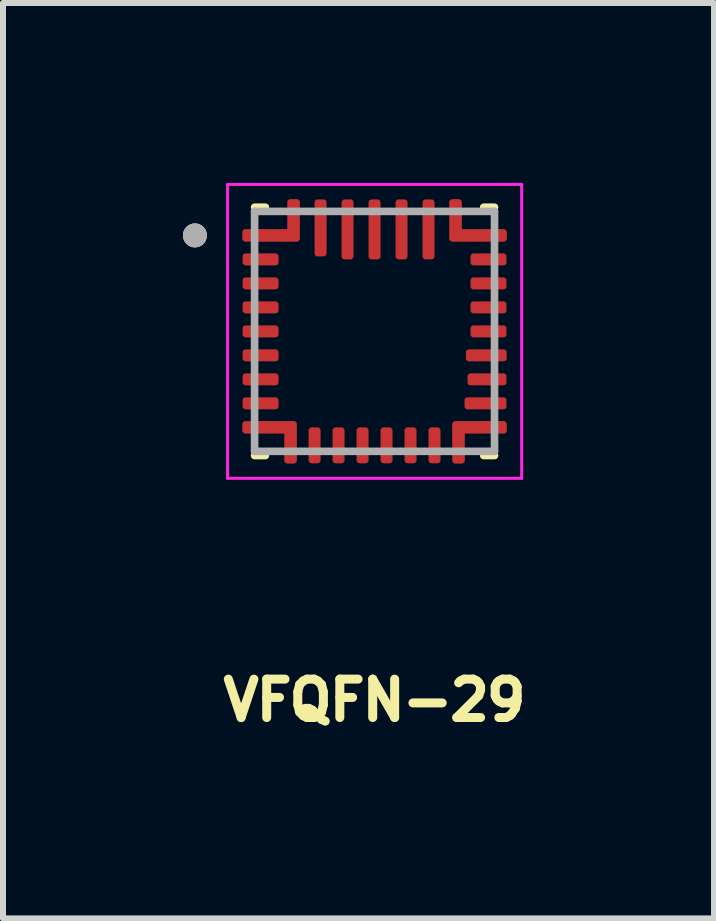
<source format=kicad_pcb>
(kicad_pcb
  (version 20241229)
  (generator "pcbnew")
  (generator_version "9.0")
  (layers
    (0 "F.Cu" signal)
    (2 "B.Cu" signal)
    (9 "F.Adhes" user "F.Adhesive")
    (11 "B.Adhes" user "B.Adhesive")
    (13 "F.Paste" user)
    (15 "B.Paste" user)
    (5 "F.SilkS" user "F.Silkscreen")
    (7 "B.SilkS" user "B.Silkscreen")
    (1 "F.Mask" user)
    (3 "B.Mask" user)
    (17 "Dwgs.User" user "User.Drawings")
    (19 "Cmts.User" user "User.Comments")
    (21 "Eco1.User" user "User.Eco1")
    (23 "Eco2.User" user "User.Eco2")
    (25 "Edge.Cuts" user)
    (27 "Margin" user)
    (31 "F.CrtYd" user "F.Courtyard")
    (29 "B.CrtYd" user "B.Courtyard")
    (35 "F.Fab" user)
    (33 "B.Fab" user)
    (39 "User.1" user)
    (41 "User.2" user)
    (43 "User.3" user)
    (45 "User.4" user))
  (footprint "VFQFN-29"
    (layer "F.Cu")
    (at 3.195 2.475)
    (property "Reference" "VFQFN-29" (at 0 6.15 0) (layer "F.SilkS") (effects (font (size 0.64 0.64) (thickness 0.15))))
    (attr smd)
    (fp_poly (pts (xy -1.55 -1.3) (xy -1.55 -1.1) (xy -1.55 -1.097) (xy -1.55 -1.095) (xy -1.551 -1.092) (xy -1.551 -1.09) (xy -1.552 -1.087) (xy -1.552 -1.085) (xy -1.553 -1.082) (xy -1.554 -1.08) (xy -1.555 -1.077) (xy -1.557 -1.075) (xy -1.558 -1.073) (xy -1.56 -1.071) (xy -1.561 -1.069) (xy -1.563 -1.067) (xy -1.565 -1.065) (xy -1.567 -1.063) (xy -1.569 -1.061) (xy -1.571 -1.06) (xy -1.573 -1.058) (xy -1.575 -1.057) (xy -1.577 -1.055) (xy -1.58 -1.054) (xy -1.582 -1.053) (xy -1.585 -1.052) (xy -1.587 -1.052) (xy -1.59 -1.051) (xy -1.592 -1.051) (xy -1.595 -1.05) (xy -1.597 -1.05) (xy -1.6 -1.05) (xy -2.2 -1.05) (xy -2.203 -1.05) (xy -2.205 -1.05) (xy -2.208 -1.051) (xy -2.21 -1.051) (xy -2.213 -1.052) (xy -2.215 -1.052) (xy -2.218 -1.053) (xy -2.22 -1.054) (xy -2.223 -1.055) (xy -2.225 -1.057) (xy -2.227 -1.058) (xy -2.229 -1.06) (xy -2.231 -1.061) (xy -2.233 -1.063) (xy -2.235 -1.065) (xy -2.237 -1.067) (xy -2.239 -1.069) (xy -2.24 -1.071) (xy -2.242 -1.073) (xy -2.243 -1.075) (xy -2.245 -1.077) (xy -2.246 -1.08) (xy -2.247 -1.082) (xy -2.248 -1.085) (xy -2.248 -1.087) (xy -2.249 -1.09) (xy -2.249 -1.092) (xy -2.25 -1.095) (xy -2.25 -1.097) (xy -2.25 -1.1) (xy -2.25 -1.279) (xy -2.25 -1.283) (xy -2.25 -1.287) (xy -2.249 -1.29) (xy -2.248 -1.294) (xy -2.248 -1.298) (xy -2.247 -1.301) (xy -2.245 -1.305) (xy -2.244 -1.308) (xy -2.242 -1.311) (xy -2.241 -1.315) (xy -2.239 -1.318) (xy -2.236 -1.321) (xy -2.234 -1.324) (xy -2.232 -1.327) (xy -2.229 -1.329) (xy -2.227 -1.332) (xy -2.224 -1.334) (xy -2.221 -1.336) (xy -2.218 -1.339) (xy -2.215 -1.341) (xy -2.211 -1.342) (xy -2.208 -1.344) (xy -2.205 -1.345) (xy -2.201 -1.347) (xy -2.198 -1.348) (xy -2.194 -1.348) (xy -2.19 -1.349) (xy -2.187 -1.35) (xy -2.183 -1.35) (xy -2.179 -1.35) (xy -1.6 -1.35) (xy -1.597 -1.35) (xy -1.595 -1.35) (xy -1.592 -1.349) (xy -1.59 -1.349) (xy -1.587 -1.348) (xy -1.585 -1.348) (xy -1.582 -1.347) (xy -1.58 -1.346) (xy -1.577 -1.345) (xy -1.575 -1.343) (xy -1.573 -1.342) (xy -1.571 -1.34) (xy -1.569 -1.339) (xy -1.567 -1.337) (xy -1.565 -1.335) (xy -1.563 -1.333) (xy -1.561 -1.331) (xy -1.56 -1.329) (xy -1.558 -1.327) (xy -1.557 -1.325) (xy -1.555 -1.323) (xy -1.554 -1.32) (xy -1.553 -1.318) (xy -1.552 -1.315) (xy -1.552 -1.313) (xy -1.551 -1.31) (xy -1.551 -1.308) (xy -1.55 -1.305) (xy -1.55 -1.303) (xy -1.55 -1.3)) (stroke (width 0.01) (type solid)) (fill yes) (layer "F.Mask"))
    (fp_poly (pts (xy -1.55 -0.9) (xy -1.55 -0.7) (xy -1.55 -0.697) (xy -1.55 -0.695) (xy -1.551 -0.692) (xy -1.551 -0.69) (xy -1.552 -0.687) (xy -1.552 -0.685) (xy -1.553 -0.682) (xy -1.554 -0.68) (xy -1.555 -0.677) (xy -1.557 -0.675) (xy -1.558 -0.673) (xy -1.56 -0.671) (xy -1.561 -0.669) (xy -1.563 -0.667) (xy -1.565 -0.665) (xy -1.567 -0.663) (xy -1.569 -0.661) (xy -1.571 -0.66) (xy -1.573 -0.658) (xy -1.575 -0.657) (xy -1.577 -0.655) (xy -1.58 -0.654) (xy -1.582 -0.653) (xy -1.585 -0.652) (xy -1.587 -0.652) (xy -1.59 -0.651) (xy -1.592 -0.651) (xy -1.595 -0.65) (xy -1.597 -0.65) (xy -1.6 -0.65) (xy -2.2 -0.65) (xy -2.203 -0.65) (xy -2.205 -0.65) (xy -2.208 -0.651) (xy -2.21 -0.651) (xy -2.213 -0.652) (xy -2.215 -0.652) (xy -2.218 -0.653) (xy -2.22 -0.654) (xy -2.223 -0.655) (xy -2.225 -0.657) (xy -2.227 -0.658) (xy -2.229 -0.66) (xy -2.231 -0.661) (xy -2.233 -0.663) (xy -2.235 -0.665) (xy -2.237 -0.667) (xy -2.239 -0.669) (xy -2.24 -0.671) (xy -2.242 -0.673) (xy -2.243 -0.675) (xy -2.245 -0.677) (xy -2.246 -0.68) (xy -2.247 -0.682) (xy -2.248 -0.685) (xy -2.248 -0.687) (xy -2.249 -0.69) (xy -2.249 -0.692) (xy -2.25 -0.695) (xy -2.25 -0.697) (xy -2.25 -0.7) (xy -2.25 -0.879) (xy -2.25 -0.883) (xy -2.25 -0.887) (xy -2.249 -0.89) (xy -2.248 -0.894) (xy -2.248 -0.898) (xy -2.247 -0.901) (xy -2.245 -0.905) (xy -2.244 -0.908) (xy -2.242 -0.911) (xy -2.241 -0.915) (xy -2.239 -0.918) (xy -2.236 -0.921) (xy -2.234 -0.924) (xy -2.232 -0.927) (xy -2.229 -0.929) (xy -2.227 -0.932) (xy -2.224 -0.934) (xy -2.221 -0.936) (xy -2.218 -0.939) (xy -2.215 -0.941) (xy -2.211 -0.942) (xy -2.208 -0.944) (xy -2.205 -0.945) (xy -2.201 -0.947) (xy -2.198 -0.948) (xy -2.194 -0.948) (xy -2.19 -0.949) (xy -2.187 -0.95) (xy -2.183 -0.95) (xy -2.179 -0.95) (xy -1.6 -0.95) (xy -1.597 -0.95) (xy -1.595 -0.95) (xy -1.592 -0.949) (xy -1.59 -0.949) (xy -1.587 -0.948) (xy -1.585 -0.948) (xy -1.582 -0.947) (xy -1.58 -0.946) (xy -1.577 -0.945) (xy -1.575 -0.943) (xy -1.573 -0.942) (xy -1.571 -0.94) (xy -1.569 -0.939) (xy -1.567 -0.937) (xy -1.565 -0.935) (xy -1.563 -0.933) (xy -1.561 -0.931) (xy -1.56 -0.929) (xy -1.558 -0.927) (xy -1.557 -0.925) (xy -1.555 -0.923) (xy -1.554 -0.92) (xy -1.553 -0.918) (xy -1.552 -0.915) (xy -1.552 -0.913) (xy -1.551 -0.91) (xy -1.551 -0.908) (xy -1.55 -0.905) (xy -1.55 -0.903) (xy -1.55 -0.9)) (stroke (width 0.01) (type solid)) (fill yes) (layer "F.Mask"))
    (fp_poly (pts (xy -1.55 -0.5) (xy -1.55 -0.3) (xy -1.55 -0.297) (xy -1.55 -0.295) (xy -1.551 -0.292) (xy -1.551 -0.29) (xy -1.552 -0.287) (xy -1.552 -0.285) (xy -1.553 -0.282) (xy -1.554 -0.28) (xy -1.555 -0.277) (xy -1.557 -0.275) (xy -1.558 -0.273) (xy -1.56 -0.271) (xy -1.561 -0.269) (xy -1.563 -0.267) (xy -1.565 -0.265) (xy -1.567 -0.263) (xy -1.569 -0.261) (xy -1.571 -0.26) (xy -1.573 -0.258) (xy -1.575 -0.257) (xy -1.577 -0.255) (xy -1.58 -0.254) (xy -1.582 -0.253) (xy -1.585 -0.252) (xy -1.587 -0.252) (xy -1.59 -0.251) (xy -1.592 -0.251) (xy -1.595 -0.25) (xy -1.597 -0.25) (xy -1.6 -0.25) (xy -2.2 -0.25) (xy -2.203 -0.25) (xy -2.205 -0.25) (xy -2.208 -0.251) (xy -2.21 -0.251) (xy -2.213 -0.252) (xy -2.215 -0.252) (xy -2.218 -0.253) (xy -2.22 -0.254) (xy -2.223 -0.255) (xy -2.225 -0.257) (xy -2.227 -0.258) (xy -2.229 -0.26) (xy -2.231 -0.261) (xy -2.233 -0.263) (xy -2.235 -0.265) (xy -2.237 -0.267) (xy -2.239 -0.269) (xy -2.24 -0.271) (xy -2.242 -0.273) (xy -2.243 -0.275) (xy -2.245 -0.277) (xy -2.246 -0.28) (xy -2.247 -0.282) (xy -2.248 -0.285) (xy -2.248 -0.287) (xy -2.249 -0.29) (xy -2.249 -0.292) (xy -2.25 -0.295) (xy -2.25 -0.297) (xy -2.25 -0.3) (xy -2.25 -0.479) (xy -2.25 -0.483) (xy -2.25 -0.487) (xy -2.249 -0.49) (xy -2.248 -0.494) (xy -2.248 -0.498) (xy -2.247 -0.501) (xy -2.245 -0.505) (xy -2.244 -0.508) (xy -2.242 -0.511) (xy -2.241 -0.515) (xy -2.239 -0.518) (xy -2.236 -0.521) (xy -2.234 -0.524) (xy -2.232 -0.527) (xy -2.229 -0.529) (xy -2.227 -0.532) (xy -2.224 -0.534) (xy -2.221 -0.536) (xy -2.218 -0.539) (xy -2.215 -0.541) (xy -2.211 -0.542) (xy -2.208 -0.544) (xy -2.205 -0.545) (xy -2.201 -0.547) (xy -2.198 -0.548) (xy -2.194 -0.548) (xy -2.19 -0.549) (xy -2.187 -0.55) (xy -2.183 -0.55) (xy -2.179 -0.55) (xy -1.6 -0.55) (xy -1.597 -0.55) (xy -1.595 -0.55) (xy -1.592 -0.549) (xy -1.59 -0.549) (xy -1.587 -0.548) (xy -1.585 -0.548) (xy -1.582 -0.547) (xy -1.58 -0.546) (xy -1.577 -0.545) (xy -1.575 -0.543) (xy -1.573 -0.542) (xy -1.571 -0.54) (xy -1.569 -0.539) (xy -1.567 -0.537) (xy -1.565 -0.535) (xy -1.563 -0.533) (xy -1.561 -0.531) (xy -1.56 -0.529) (xy -1.558 -0.527) (xy -1.557 -0.525) (xy -1.555 -0.523) (xy -1.554 -0.52) (xy -1.553 -0.518) (xy -1.552 -0.515) (xy -1.552 -0.513) (xy -1.551 -0.51) (xy -1.551 -0.508) (xy -1.55 -0.505) (xy -1.55 -0.503) (xy -1.55 -0.5)) (stroke (width 0.01) (type solid)) (fill yes) (layer "F.Mask"))
    (fp_poly (pts (xy -1.55 -0.1) (xy -1.55 0.1) (xy -1.55 0.103) (xy -1.55 0.105) (xy -1.551 0.108) (xy -1.551 0.11) (xy -1.552 0.113) (xy -1.552 0.115) (xy -1.553 0.118) (xy -1.554 0.12) (xy -1.555 0.123) (xy -1.557 0.125) (xy -1.558 0.127) (xy -1.56 0.129) (xy -1.561 0.131) (xy -1.563 0.133) (xy -1.565 0.135) (xy -1.567 0.137) (xy -1.569 0.139) (xy -1.571 0.14) (xy -1.573 0.142) (xy -1.575 0.143) (xy -1.577 0.145) (xy -1.58 0.146) (xy -1.582 0.147) (xy -1.585 0.148) (xy -1.587 0.148) (xy -1.59 0.149) (xy -1.592 0.149) (xy -1.595 0.15) (xy -1.597 0.15) (xy -1.6 0.15) (xy -2.2 0.15) (xy -2.203 0.15) (xy -2.205 0.15) (xy -2.208 0.149) (xy -2.21 0.149) (xy -2.213 0.148) (xy -2.215 0.148) (xy -2.218 0.147) (xy -2.22 0.146) (xy -2.223 0.145) (xy -2.225 0.143) (xy -2.227 0.142) (xy -2.229 0.14) (xy -2.231 0.139) (xy -2.233 0.137) (xy -2.235 0.135) (xy -2.237 0.133) (xy -2.239 0.131) (xy -2.24 0.129) (xy -2.242 0.127) (xy -2.243 0.125) (xy -2.245 0.123) (xy -2.246 0.12) (xy -2.247 0.118) (xy -2.248 0.115) (xy -2.248 0.113) (xy -2.249 0.11) (xy -2.249 0.108) (xy -2.25 0.105) (xy -2.25 0.103) (xy -2.25 0.1) (xy -2.25 -0.079) (xy -2.25 -0.083) (xy -2.25 -0.087) (xy -2.249 -0.09) (xy -2.248 -0.094) (xy -2.248 -0.098) (xy -2.247 -0.101) (xy -2.245 -0.105) (xy -2.244 -0.108) (xy -2.242 -0.111) (xy -2.241 -0.115) (xy -2.239 -0.118) (xy -2.236 -0.121) (xy -2.234 -0.124) (xy -2.232 -0.127) (xy -2.229 -0.129) (xy -2.227 -0.132) (xy -2.224 -0.134) (xy -2.221 -0.136) (xy -2.218 -0.139) (xy -2.215 -0.141) (xy -2.211 -0.142) (xy -2.208 -0.144) (xy -2.205 -0.145) (xy -2.201 -0.147) (xy -2.198 -0.148) (xy -2.194 -0.148) (xy -2.19 -0.149) (xy -2.187 -0.15) (xy -2.183 -0.15) (xy -2.179 -0.15) (xy -1.6 -0.15) (xy -1.597 -0.15) (xy -1.595 -0.15) (xy -1.592 -0.149) (xy -1.59 -0.149) (xy -1.587 -0.148) (xy -1.585 -0.148) (xy -1.582 -0.147) (xy -1.58 -0.146) (xy -1.577 -0.145) (xy -1.575 -0.143) (xy -1.573 -0.142) (xy -1.571 -0.14) (xy -1.569 -0.139) (xy -1.567 -0.137) (xy -1.565 -0.135) (xy -1.563 -0.133) (xy -1.561 -0.131) (xy -1.56 -0.129) (xy -1.558 -0.127) (xy -1.557 -0.125) (xy -1.555 -0.123) (xy -1.554 -0.12) (xy -1.553 -0.118) (xy -1.552 -0.115) (xy -1.552 -0.113) (xy -1.551 -0.11) (xy -1.551 -0.108) (xy -1.55 -0.105) (xy -1.55 -0.103) (xy -1.55 -0.1)) (stroke (width 0.01) (type solid)) (fill yes) (layer "F.Mask"))
    (fp_poly (pts (xy -1.55 0.3) (xy -1.55 0.5) (xy -1.55 0.503) (xy -1.55 0.505) (xy -1.551 0.508) (xy -1.551 0.51) (xy -1.552 0.513) (xy -1.552 0.515) (xy -1.553 0.518) (xy -1.554 0.52) (xy -1.555 0.523) (xy -1.557 0.525) (xy -1.558 0.527) (xy -1.56 0.529) (xy -1.561 0.531) (xy -1.563 0.533) (xy -1.565 0.535) (xy -1.567 0.537) (xy -1.569 0.539) (xy -1.571 0.54) (xy -1.573 0.542) (xy -1.575 0.543) (xy -1.577 0.545) (xy -1.58 0.546) (xy -1.582 0.547) (xy -1.585 0.548) (xy -1.587 0.548) (xy -1.59 0.549) (xy -1.592 0.549) (xy -1.595 0.55) (xy -1.597 0.55) (xy -1.6 0.55) (xy -2.2 0.55) (xy -2.203 0.55) (xy -2.205 0.55) (xy -2.208 0.549) (xy -2.21 0.549) (xy -2.213 0.548) (xy -2.215 0.548) (xy -2.218 0.547) (xy -2.22 0.546) (xy -2.223 0.545) (xy -2.225 0.543) (xy -2.227 0.542) (xy -2.229 0.54) (xy -2.231 0.539) (xy -2.233 0.537) (xy -2.235 0.535) (xy -2.237 0.533) (xy -2.239 0.531) (xy -2.24 0.529) (xy -2.242 0.527) (xy -2.243 0.525) (xy -2.245 0.523) (xy -2.246 0.52) (xy -2.247 0.518) (xy -2.248 0.515) (xy -2.248 0.513) (xy -2.249 0.51) (xy -2.249 0.508) (xy -2.25 0.505) (xy -2.25 0.503) (xy -2.25 0.5) (xy -2.25 0.321) (xy -2.25 0.317) (xy -2.25 0.313) (xy -2.249 0.31) (xy -2.248 0.306) (xy -2.248 0.302) (xy -2.247 0.299) (xy -2.245 0.295) (xy -2.244 0.292) (xy -2.242 0.289) (xy -2.241 0.285) (xy -2.239 0.282) (xy -2.236 0.279) (xy -2.234 0.276) (xy -2.232 0.273) (xy -2.229 0.271) (xy -2.227 0.268) (xy -2.224 0.266) (xy -2.221 0.264) (xy -2.218 0.261) (xy -2.215 0.259) (xy -2.211 0.258) (xy -2.208 0.256) (xy -2.205 0.255) (xy -2.201 0.253) (xy -2.198 0.252) (xy -2.194 0.252) (xy -2.19 0.251) (xy -2.187 0.25) (xy -2.183 0.25) (xy -2.179 0.25) (xy -1.6 0.25) (xy -1.597 0.25) (xy -1.595 0.25) (xy -1.592 0.251) (xy -1.59 0.251) (xy -1.587 0.252) (xy -1.585 0.252) (xy -1.582 0.253) (xy -1.58 0.254) (xy -1.577 0.255) (xy -1.575 0.257) (xy -1.573 0.258) (xy -1.571 0.26) (xy -1.569 0.261) (xy -1.567 0.263) (xy -1.565 0.265) (xy -1.563 0.267) (xy -1.561 0.269) (xy -1.56 0.271) (xy -1.558 0.273) (xy -1.557 0.275) (xy -1.555 0.277) (xy -1.554 0.28) (xy -1.553 0.282) (xy -1.552 0.285) (xy -1.552 0.287) (xy -1.551 0.29) (xy -1.551 0.292) (xy -1.55 0.295) (xy -1.55 0.297) (xy -1.55 0.3)) (stroke (width 0.01) (type solid)) (fill yes) (layer "F.Mask"))
    (fp_poly (pts (xy -1.55 0.7) (xy -1.55 0.9) (xy -1.55 0.903) (xy -1.55 0.905) (xy -1.551 0.908) (xy -1.551 0.91) (xy -1.552 0.913) (xy -1.552 0.915) (xy -1.553 0.918) (xy -1.554 0.92) (xy -1.555 0.923) (xy -1.557 0.925) (xy -1.558 0.927) (xy -1.56 0.929) (xy -1.561 0.931) (xy -1.563 0.933) (xy -1.565 0.935) (xy -1.567 0.937) (xy -1.569 0.939) (xy -1.571 0.94) (xy -1.573 0.942) (xy -1.575 0.943) (xy -1.577 0.945) (xy -1.58 0.946) (xy -1.582 0.947) (xy -1.585 0.948) (xy -1.587 0.948) (xy -1.59 0.949) (xy -1.592 0.949) (xy -1.595 0.95) (xy -1.597 0.95) (xy -1.6 0.95) (xy -2.2 0.95) (xy -2.203 0.95) (xy -2.205 0.95) (xy -2.208 0.949) (xy -2.21 0.949) (xy -2.213 0.948) (xy -2.215 0.948) (xy -2.218 0.947) (xy -2.22 0.946) (xy -2.223 0.945) (xy -2.225 0.943) (xy -2.227 0.942) (xy -2.229 0.94) (xy -2.231 0.939) (xy -2.233 0.937) (xy -2.235 0.935) (xy -2.237 0.933) (xy -2.239 0.931) (xy -2.24 0.929) (xy -2.242 0.927) (xy -2.243 0.925) (xy -2.245 0.923) (xy -2.246 0.92) (xy -2.247 0.918) (xy -2.248 0.915) (xy -2.248 0.913) (xy -2.249 0.91) (xy -2.249 0.908) (xy -2.25 0.905) (xy -2.25 0.903) (xy -2.25 0.9) (xy -2.25 0.721) (xy -2.25 0.717) (xy -2.25 0.713) (xy -2.249 0.71) (xy -2.248 0.706) (xy -2.248 0.702) (xy -2.247 0.699) (xy -2.245 0.695) (xy -2.244 0.692) (xy -2.242 0.689) (xy -2.241 0.685) (xy -2.239 0.682) (xy -2.236 0.679) (xy -2.234 0.676) (xy -2.232 0.673) (xy -2.229 0.671) (xy -2.227 0.668) (xy -2.224 0.666) (xy -2.221 0.664) (xy -2.218 0.661) (xy -2.215 0.659) (xy -2.211 0.658) (xy -2.208 0.656) (xy -2.205 0.655) (xy -2.201 0.653) (xy -2.198 0.652) (xy -2.194 0.652) (xy -2.19 0.651) (xy -2.187 0.65) (xy -2.183 0.65) (xy -2.179 0.65) (xy -1.6 0.65) (xy -1.597 0.65) (xy -1.595 0.65) (xy -1.592 0.651) (xy -1.59 0.651) (xy -1.587 0.652) (xy -1.585 0.652) (xy -1.582 0.653) (xy -1.58 0.654) (xy -1.577 0.655) (xy -1.575 0.657) (xy -1.573 0.658) (xy -1.571 0.66) (xy -1.569 0.661) (xy -1.567 0.663) (xy -1.565 0.665) (xy -1.563 0.667) (xy -1.561 0.669) (xy -1.56 0.671) (xy -1.558 0.673) (xy -1.557 0.675) (xy -1.555 0.677) (xy -1.554 0.68) (xy -1.553 0.682) (xy -1.552 0.685) (xy -1.552 0.687) (xy -1.551 0.69) (xy -1.551 0.692) (xy -1.55 0.695) (xy -1.55 0.697) (xy -1.55 0.7)) (stroke (width 0.01) (type solid)) (fill yes) (layer "F.Mask"))
    (fp_poly (pts (xy -1.55 1.1) (xy -1.55 1.3) (xy -1.55 1.303) (xy -1.55 1.305) (xy -1.551 1.308) (xy -1.551 1.31) (xy -1.552 1.313) (xy -1.552 1.315) (xy -1.553 1.318) (xy -1.554 1.32) (xy -1.555 1.323) (xy -1.557 1.325) (xy -1.558 1.327) (xy -1.56 1.329) (xy -1.561 1.331) (xy -1.563 1.333) (xy -1.565 1.335) (xy -1.567 1.337) (xy -1.569 1.339) (xy -1.571 1.34) (xy -1.573 1.342) (xy -1.575 1.343) (xy -1.577 1.345) (xy -1.58 1.346) (xy -1.582 1.347) (xy -1.585 1.348) (xy -1.587 1.348) (xy -1.59 1.349) (xy -1.592 1.349) (xy -1.595 1.35) (xy -1.597 1.35) (xy -1.6 1.35) (xy -2.2 1.35) (xy -2.203 1.35) (xy -2.205 1.35) (xy -2.208 1.349) (xy -2.21 1.349) (xy -2.213 1.348) (xy -2.215 1.348) (xy -2.218 1.347) (xy -2.22 1.346) (xy -2.223 1.345) (xy -2.225 1.343) (xy -2.227 1.342) (xy -2.229 1.34) (xy -2.231 1.339) (xy -2.233 1.337) (xy -2.235 1.335) (xy -2.237 1.333) (xy -2.239 1.331) (xy -2.24 1.329) (xy -2.242 1.327) (xy -2.243 1.325) (xy -2.245 1.323) (xy -2.246 1.32) (xy -2.247 1.318) (xy -2.248 1.315) (xy -2.248 1.313) (xy -2.249 1.31) (xy -2.249 1.308) (xy -2.25 1.305) (xy -2.25 1.303) (xy -2.25 1.3) (xy -2.25 1.121) (xy -2.25 1.117) (xy -2.25 1.113) (xy -2.249 1.11) (xy -2.248 1.106) (xy -2.248 1.102) (xy -2.247 1.099) (xy -2.245 1.095) (xy -2.244 1.092) (xy -2.242 1.089) (xy -2.241 1.085) (xy -2.239 1.082) (xy -2.236 1.079) (xy -2.234 1.076) (xy -2.232 1.073) (xy -2.229 1.071) (xy -2.227 1.068) (xy -2.224 1.066) (xy -2.221 1.064) (xy -2.218 1.061) (xy -2.215 1.059) (xy -2.211 1.058) (xy -2.208 1.056) (xy -2.205 1.055) (xy -2.201 1.053) (xy -2.198 1.052) (xy -2.194 1.052) (xy -2.19 1.051) (xy -2.187 1.05) (xy -2.183 1.05) (xy -2.179 1.05) (xy -1.6 1.05) (xy -1.597 1.05) (xy -1.595 1.05) (xy -1.592 1.051) (xy -1.59 1.051) (xy -1.587 1.052) (xy -1.585 1.052) (xy -1.582 1.053) (xy -1.58 1.054) (xy -1.577 1.055) (xy -1.575 1.057) (xy -1.573 1.058) (xy -1.571 1.06) (xy -1.569 1.061) (xy -1.567 1.063) (xy -1.565 1.065) (xy -1.563 1.067) (xy -1.561 1.069) (xy -1.56 1.071) (xy -1.558 1.073) (xy -1.557 1.075) (xy -1.555 1.077) (xy -1.554 1.08) (xy -1.553 1.082) (xy -1.552 1.085) (xy -1.552 1.087) (xy -1.551 1.09) (xy -1.551 1.092) (xy -1.55 1.095) (xy -1.55 1.097) (xy -1.55 1.1)) (stroke (width 0.01) (type solid)) (fill yes) (layer "F.Mask"))
    (fp_poly (pts (xy -1.1 1.55) (xy -0.9 1.55) (xy -0.897 1.55) (xy -0.895 1.55) (xy -0.892 1.551) (xy -0.89 1.551) (xy -0.887 1.552) (xy -0.885 1.552) (xy -0.882 1.553) (xy -0.88 1.554) (xy -0.877 1.555) (xy -0.875 1.557) (xy -0.873 1.558) (xy -0.871 1.56) (xy -0.869 1.561) (xy -0.867 1.563) (xy -0.865 1.565) (xy -0.863 1.567) (xy -0.861 1.569) (xy -0.86 1.571) (xy -0.858 1.573) (xy -0.857 1.575) (xy -0.855 1.577) (xy -0.854 1.58) (xy -0.853 1.582) (xy -0.852 1.585) (xy -0.852 1.587) (xy -0.851 1.59) (xy -0.851 1.592) (xy -0.85 1.595) (xy -0.85 1.597) (xy -0.85 1.6) (xy -0.85 2.2) (xy -0.85 2.203) (xy -0.85 2.205) (xy -0.851 2.208) (xy -0.851 2.21) (xy -0.852 2.213) (xy -0.852 2.215) (xy -0.853 2.218) (xy -0.854 2.22) (xy -0.855 2.223) (xy -0.857 2.225) (xy -0.858 2.227) (xy -0.86 2.229) (xy -0.861 2.231) (xy -0.863 2.233) (xy -0.865 2.235) (xy -0.867 2.237) (xy -0.869 2.239) (xy -0.871 2.24) (xy -0.873 2.242) (xy -0.875 2.243) (xy -0.877 2.245) (xy -0.88 2.246) (xy -0.882 2.247) (xy -0.885 2.248) (xy -0.887 2.248) (xy -0.89 2.249) (xy -0.892 2.249) (xy -0.895 2.25) (xy -0.897 2.25) (xy -0.9 2.25) (xy -1.079 2.25) (xy -1.083 2.25) (xy -1.087 2.25) (xy -1.09 2.249) (xy -1.094 2.248) (xy -1.098 2.248) (xy -1.101 2.247) (xy -1.105 2.245) (xy -1.108 2.244) (xy -1.111 2.242) (xy -1.115 2.241) (xy -1.118 2.239) (xy -1.121 2.236) (xy -1.124 2.234) (xy -1.127 2.232) (xy -1.129 2.229) (xy -1.132 2.227) (xy -1.134 2.224) (xy -1.136 2.221) (xy -1.139 2.218) (xy -1.141 2.215) (xy -1.142 2.211) (xy -1.144 2.208) (xy -1.145 2.205) (xy -1.147 2.201) (xy -1.148 2.198) (xy -1.148 2.194) (xy -1.149 2.19) (xy -1.15 2.187) (xy -1.15 2.183) (xy -1.15 2.179) (xy -1.15 1.6) (xy -1.15 1.597) (xy -1.15 1.595) (xy -1.149 1.592) (xy -1.149 1.59) (xy -1.148 1.587) (xy -1.148 1.585) (xy -1.147 1.582) (xy -1.146 1.58) (xy -1.145 1.577) (xy -1.143 1.575) (xy -1.142 1.573) (xy -1.14 1.571) (xy -1.139 1.569) (xy -1.137 1.567) (xy -1.135 1.565) (xy -1.133 1.563) (xy -1.131 1.561) (xy -1.129 1.56) (xy -1.127 1.558) (xy -1.125 1.557) (xy -1.123 1.555) (xy -1.12 1.554) (xy -1.118 1.553) (xy -1.115 1.552) (xy -1.113 1.552) (xy -1.11 1.551) (xy -1.108 1.551) (xy -1.105 1.55) (xy -1.103 1.55) (xy -1.1 1.55)) (stroke (width 0.01) (type solid)) (fill yes) (layer "F.Mask"))
    (fp_poly (pts (xy -0.75 -2.2) (xy -0.75 -1.25) (xy -0.75 -1.247) (xy -0.75 -1.245) (xy -0.751 -1.242) (xy -0.751 -1.24) (xy -0.752 -1.237) (xy -0.752 -1.235) (xy -0.753 -1.232) (xy -0.754 -1.23) (xy -0.755 -1.227) (xy -0.757 -1.225) (xy -0.758 -1.223) (xy -0.76 -1.221) (xy -0.761 -1.219) (xy -0.763 -1.217) (xy -0.765 -1.215) (xy -0.767 -1.213) (xy -0.769 -1.211) (xy -0.771 -1.21) (xy -0.773 -1.208) (xy -0.775 -1.207) (xy -0.777 -1.205) (xy -0.78 -1.204) (xy -0.782 -1.203) (xy -0.785 -1.202) (xy -0.787 -1.202) (xy -0.79 -1.201) (xy -0.792 -1.201) (xy -0.795 -1.2) (xy -0.797 -1.2) (xy -0.8 -1.2) (xy -1 -1.2) (xy -1.003 -1.2) (xy -1.005 -1.2) (xy -1.008 -1.201) (xy -1.01 -1.201) (xy -1.013 -1.202) (xy -1.015 -1.202) (xy -1.018 -1.203) (xy -1.02 -1.204) (xy -1.023 -1.205) (xy -1.025 -1.207) (xy -1.027 -1.208) (xy -1.029 -1.21) (xy -1.031 -1.211) (xy -1.033 -1.213) (xy -1.035 -1.215) (xy -1.037 -1.217) (xy -1.039 -1.219) (xy -1.04 -1.221) (xy -1.042 -1.223) (xy -1.043 -1.225) (xy -1.045 -1.227) (xy -1.046 -1.23) (xy -1.047 -1.232) (xy -1.048 -1.235) (xy -1.048 -1.237) (xy -1.049 -1.24) (xy -1.049 -1.242) (xy -1.05 -1.245) (xy -1.05 -1.247) (xy -1.05 -1.25) (xy -1.05 -2.2) (xy -1.05 -2.203) (xy -1.05 -2.205) (xy -1.049 -2.208) (xy -1.049 -2.21) (xy -1.048 -2.213) (xy -1.048 -2.215) (xy -1.047 -2.218) (xy -1.046 -2.22) (xy -1.045 -2.223) (xy -1.043 -2.225) (xy -1.042 -2.227) (xy -1.04 -2.229) (xy -1.039 -2.231) (xy -1.037 -2.233) (xy -1.035 -2.235) (xy -1.033 -2.237) (xy -1.031 -2.239) (xy -1.029 -2.24) (xy -1.027 -2.242) (xy -1.025 -2.243) (xy -1.023 -2.245) (xy -1.02 -2.246) (xy -1.018 -2.247) (xy -1.015 -2.248) (xy -1.013 -2.248) (xy -1.01 -2.249) (xy -1.008 -2.249) (xy -1.005 -2.25) (xy -1.003 -2.25) (xy -1 -2.25) (xy -0.8 -2.25) (xy -0.797 -2.25) (xy -0.795 -2.25) (xy -0.792 -2.249) (xy -0.79 -2.249) (xy -0.787 -2.248) (xy -0.785 -2.248) (xy -0.782 -2.247) (xy -0.78 -2.246) (xy -0.777 -2.245) (xy -0.775 -2.243) (xy -0.773 -2.242) (xy -0.771 -2.24) (xy -0.769 -2.239) (xy -0.767 -2.237) (xy -0.765 -2.235) (xy -0.763 -2.233) (xy -0.761 -2.231) (xy -0.76 -2.229) (xy -0.758 -2.227) (xy -0.757 -2.225) (xy -0.755 -2.223) (xy -0.754 -2.22) (xy -0.753 -2.218) (xy -0.752 -2.215) (xy -0.752 -2.213) (xy -0.751 -2.21) (xy -0.751 -2.208) (xy -0.75 -2.205) (xy -0.75 -2.203) (xy -0.75 -2.2)) (stroke (width 0.01) (type solid)) (fill yes) (layer "F.Mask"))
    (fp_poly (pts (xy -0.7 1.55) (xy -0.5 1.55) (xy -0.497 1.55) (xy -0.495 1.55) (xy -0.492 1.551) (xy -0.49 1.551) (xy -0.487 1.552) (xy -0.485 1.552) (xy -0.482 1.553) (xy -0.48 1.554) (xy -0.477 1.555) (xy -0.475 1.557) (xy -0.473 1.558) (xy -0.471 1.56) (xy -0.469 1.561) (xy -0.467 1.563) (xy -0.465 1.565) (xy -0.463 1.567) (xy -0.461 1.569) (xy -0.46 1.571) (xy -0.458 1.573) (xy -0.457 1.575) (xy -0.455 1.577) (xy -0.454 1.58) (xy -0.453 1.582) (xy -0.452 1.585) (xy -0.452 1.587) (xy -0.451 1.59) (xy -0.451 1.592) (xy -0.45 1.595) (xy -0.45 1.597) (xy -0.45 1.6) (xy -0.45 2.2) (xy -0.45 2.203) (xy -0.45 2.205) (xy -0.451 2.208) (xy -0.451 2.21) (xy -0.452 2.213) (xy -0.452 2.215) (xy -0.453 2.218) (xy -0.454 2.22) (xy -0.455 2.223) (xy -0.457 2.225) (xy -0.458 2.227) (xy -0.46 2.229) (xy -0.461 2.231) (xy -0.463 2.233) (xy -0.465 2.235) (xy -0.467 2.237) (xy -0.469 2.239) (xy -0.471 2.24) (xy -0.473 2.242) (xy -0.475 2.243) (xy -0.477 2.245) (xy -0.48 2.246) (xy -0.482 2.247) (xy -0.485 2.248) (xy -0.487 2.248) (xy -0.49 2.249) (xy -0.492 2.249) (xy -0.495 2.25) (xy -0.497 2.25) (xy -0.5 2.25) (xy -0.679 2.25) (xy -0.683 2.25) (xy -0.687 2.25) (xy -0.69 2.249) (xy -0.694 2.248) (xy -0.698 2.248) (xy -0.701 2.247) (xy -0.705 2.245) (xy -0.708 2.244) (xy -0.711 2.242) (xy -0.715 2.241) (xy -0.718 2.239) (xy -0.721 2.236) (xy -0.724 2.234) (xy -0.727 2.232) (xy -0.729 2.229) (xy -0.732 2.227) (xy -0.734 2.224) (xy -0.736 2.221) (xy -0.739 2.218) (xy -0.741 2.215) (xy -0.742 2.211) (xy -0.744 2.208) (xy -0.745 2.205) (xy -0.747 2.201) (xy -0.748 2.198) (xy -0.748 2.194) (xy -0.749 2.19) (xy -0.75 2.187) (xy -0.75 2.183) (xy -0.75 2.179) (xy -0.75 1.6) (xy -0.75 1.597) (xy -0.75 1.595) (xy -0.749 1.592) (xy -0.749 1.59) (xy -0.748 1.587) (xy -0.748 1.585) (xy -0.747 1.582) (xy -0.746 1.58) (xy -0.745 1.577) (xy -0.743 1.575) (xy -0.742 1.573) (xy -0.74 1.571) (xy -0.739 1.569) (xy -0.737 1.567) (xy -0.735 1.565) (xy -0.733 1.563) (xy -0.731 1.561) (xy -0.729 1.56) (xy -0.727 1.558) (xy -0.725 1.557) (xy -0.723 1.555) (xy -0.72 1.554) (xy -0.718 1.553) (xy -0.715 1.552) (xy -0.713 1.552) (xy -0.71 1.551) (xy -0.708 1.551) (xy -0.705 1.55) (xy -0.703 1.55) (xy -0.7 1.55)) (stroke (width 0.01) (type solid)) (fill yes) (layer "F.Mask"))
    (fp_poly (pts (xy -0.3 -2.2) (xy -0.3 -1.2) (xy -0.3 -1.197) (xy -0.3 -1.195) (xy -0.301 -1.192) (xy -0.301 -1.19) (xy -0.302 -1.187) (xy -0.302 -1.185) (xy -0.303 -1.182) (xy -0.304 -1.18) (xy -0.305 -1.177) (xy -0.307 -1.175) (xy -0.308 -1.173) (xy -0.31 -1.171) (xy -0.311 -1.169) (xy -0.313 -1.167) (xy -0.315 -1.165) (xy -0.317 -1.163) (xy -0.319 -1.161) (xy -0.321 -1.16) (xy -0.323 -1.158) (xy -0.325 -1.157) (xy -0.327 -1.155) (xy -0.33 -1.154) (xy -0.332 -1.153) (xy -0.335 -1.152) (xy -0.337 -1.152) (xy -0.34 -1.151) (xy -0.342 -1.151) (xy -0.345 -1.15) (xy -0.347 -1.15) (xy -0.35 -1.15) (xy -0.55 -1.15) (xy -0.553 -1.15) (xy -0.555 -1.15) (xy -0.558 -1.151) (xy -0.56 -1.151) (xy -0.563 -1.152) (xy -0.565 -1.152) (xy -0.568 -1.153) (xy -0.57 -1.154) (xy -0.573 -1.155) (xy -0.575 -1.157) (xy -0.577 -1.158) (xy -0.579 -1.16) (xy -0.581 -1.161) (xy -0.583 -1.163) (xy -0.585 -1.165) (xy -0.587 -1.167) (xy -0.589 -1.169) (xy -0.59 -1.171) (xy -0.592 -1.173) (xy -0.593 -1.175) (xy -0.595 -1.177) (xy -0.596 -1.18) (xy -0.597 -1.182) (xy -0.598 -1.185) (xy -0.598 -1.187) (xy -0.599 -1.19) (xy -0.599 -1.192) (xy -0.6 -1.195) (xy -0.6 -1.197) (xy -0.6 -1.2) (xy -0.6 -2.2) (xy -0.6 -2.203) (xy -0.6 -2.205) (xy -0.599 -2.208) (xy -0.599 -2.21) (xy -0.598 -2.213) (xy -0.598 -2.215) (xy -0.597 -2.218) (xy -0.596 -2.22) (xy -0.595 -2.223) (xy -0.593 -2.225) (xy -0.592 -2.227) (xy -0.59 -2.229) (xy -0.589 -2.231) (xy -0.587 -2.233) (xy -0.585 -2.235) (xy -0.583 -2.237) (xy -0.581 -2.239) (xy -0.579 -2.24) (xy -0.577 -2.242) (xy -0.575 -2.243) (xy -0.573 -2.245) (xy -0.57 -2.246) (xy -0.568 -2.247) (xy -0.565 -2.248) (xy -0.563 -2.248) (xy -0.56 -2.249) (xy -0.558 -2.249) (xy -0.555 -2.25) (xy -0.553 -2.25) (xy -0.55 -2.25) (xy -0.35 -2.25) (xy -0.347 -2.25) (xy -0.345 -2.25) (xy -0.342 -2.249) (xy -0.34 -2.249) (xy -0.337 -2.248) (xy -0.335 -2.248) (xy -0.332 -2.247) (xy -0.33 -2.246) (xy -0.327 -2.245) (xy -0.325 -2.243) (xy -0.323 -2.242) (xy -0.321 -2.24) (xy -0.319 -2.239) (xy -0.317 -2.237) (xy -0.315 -2.235) (xy -0.313 -2.233) (xy -0.311 -2.231) (xy -0.31 -2.229) (xy -0.308 -2.227) (xy -0.307 -2.225) (xy -0.305 -2.223) (xy -0.304 -2.22) (xy -0.303 -2.218) (xy -0.302 -2.215) (xy -0.302 -2.213) (xy -0.301 -2.21) (xy -0.301 -2.208) (xy -0.3 -2.205) (xy -0.3 -2.203) (xy -0.3 -2.2)) (stroke (width 0.01) (type solid)) (fill yes) (layer "F.Mask"))
    (fp_poly (pts (xy -0.3 1.55) (xy -0.1 1.55) (xy -0.097 1.55) (xy -0.095 1.55) (xy -0.092 1.551) (xy -0.09 1.551) (xy -0.087 1.552) (xy -0.085 1.552) (xy -0.082 1.553) (xy -0.08 1.554) (xy -0.077 1.555) (xy -0.075 1.557) (xy -0.073 1.558) (xy -0.071 1.56) (xy -0.069 1.561) (xy -0.067 1.563) (xy -0.065 1.565) (xy -0.063 1.567) (xy -0.061 1.569) (xy -0.06 1.571) (xy -0.058 1.573) (xy -0.057 1.575) (xy -0.055 1.577) (xy -0.054 1.58) (xy -0.053 1.582) (xy -0.052 1.585) (xy -0.052 1.587) (xy -0.051 1.59) (xy -0.051 1.592) (xy -0.05 1.595) (xy -0.05 1.597) (xy -0.05 1.6) (xy -0.05 2.2) (xy -0.05 2.203) (xy -0.05 2.205) (xy -0.051 2.208) (xy -0.051 2.21) (xy -0.052 2.213) (xy -0.052 2.215) (xy -0.053 2.218) (xy -0.054 2.22) (xy -0.055 2.223) (xy -0.057 2.225) (xy -0.058 2.227) (xy -0.06 2.229) (xy -0.061 2.231) (xy -0.063 2.233) (xy -0.065 2.235) (xy -0.067 2.237) (xy -0.069 2.239) (xy -0.071 2.24) (xy -0.073 2.242) (xy -0.075 2.243) (xy -0.077 2.245) (xy -0.08 2.246) (xy -0.082 2.247) (xy -0.085 2.248) (xy -0.087 2.248) (xy -0.09 2.249) (xy -0.092 2.249) (xy -0.095 2.25) (xy -0.097 2.25) (xy -0.1 2.25) (xy -0.279 2.25) (xy -0.283 2.25) (xy -0.287 2.25) (xy -0.29 2.249) (xy -0.294 2.248) (xy -0.298 2.248) (xy -0.301 2.247) (xy -0.305 2.245) (xy -0.308 2.244) (xy -0.311 2.242) (xy -0.315 2.241) (xy -0.318 2.239) (xy -0.321 2.236) (xy -0.324 2.234) (xy -0.327 2.232) (xy -0.329 2.229) (xy -0.332 2.227) (xy -0.334 2.224) (xy -0.336 2.221) (xy -0.339 2.218) (xy -0.341 2.215) (xy -0.342 2.211) (xy -0.344 2.208) (xy -0.345 2.205) (xy -0.347 2.201) (xy -0.348 2.198) (xy -0.348 2.194) (xy -0.349 2.19) (xy -0.35 2.187) (xy -0.35 2.183) (xy -0.35 2.179) (xy -0.35 1.6) (xy -0.35 1.597) (xy -0.35 1.595) (xy -0.349 1.592) (xy -0.349 1.59) (xy -0.348 1.587) (xy -0.348 1.585) (xy -0.347 1.582) (xy -0.346 1.58) (xy -0.345 1.577) (xy -0.343 1.575) (xy -0.342 1.573) (xy -0.34 1.571) (xy -0.339 1.569) (xy -0.337 1.567) (xy -0.335 1.565) (xy -0.333 1.563) (xy -0.331 1.561) (xy -0.329 1.56) (xy -0.327 1.558) (xy -0.325 1.557) (xy -0.323 1.555) (xy -0.32 1.554) (xy -0.318 1.553) (xy -0.315 1.552) (xy -0.313 1.552) (xy -0.31 1.551) (xy -0.308 1.551) (xy -0.305 1.55) (xy -0.303 1.55) (xy -0.3 1.55)) (stroke (width 0.01) (type solid)) (fill yes) (layer "F.Mask"))
    (fp_poly (pts (xy 0.1 1.55) (xy 0.3 1.55) (xy 0.303 1.55) (xy 0.305 1.55) (xy 0.308 1.551) (xy 0.31 1.551) (xy 0.313 1.552) (xy 0.315 1.552) (xy 0.318 1.553) (xy 0.32 1.554) (xy 0.323 1.555) (xy 0.325 1.557) (xy 0.327 1.558) (xy 0.329 1.56) (xy 0.331 1.561) (xy 0.333 1.563) (xy 0.335 1.565) (xy 0.337 1.567) (xy 0.339 1.569) (xy 0.34 1.571) (xy 0.342 1.573) (xy 0.343 1.575) (xy 0.345 1.577) (xy 0.346 1.58) (xy 0.347 1.582) (xy 0.348 1.585) (xy 0.348 1.587) (xy 0.349 1.59) (xy 0.349 1.592) (xy 0.35 1.595) (xy 0.35 1.597) (xy 0.35 1.6) (xy 0.35 2.2) (xy 0.35 2.203) (xy 0.35 2.205) (xy 0.349 2.208) (xy 0.349 2.21) (xy 0.348 2.213) (xy 0.348 2.215) (xy 0.347 2.218) (xy 0.346 2.22) (xy 0.345 2.223) (xy 0.343 2.225) (xy 0.342 2.227) (xy 0.34 2.229) (xy 0.339 2.231) (xy 0.337 2.233) (xy 0.335 2.235) (xy 0.333 2.237) (xy 0.331 2.239) (xy 0.329 2.24) (xy 0.327 2.242) (xy 0.325 2.243) (xy 0.323 2.245) (xy 0.32 2.246) (xy 0.318 2.247) (xy 0.315 2.248) (xy 0.313 2.248) (xy 0.31 2.249) (xy 0.308 2.249) (xy 0.305 2.25) (xy 0.303 2.25) (xy 0.3 2.25) (xy 0.121 2.25) (xy 0.117 2.25) (xy 0.113 2.25) (xy 0.11 2.249) (xy 0.106 2.248) (xy 0.102 2.248) (xy 0.099 2.247) (xy 0.095 2.245) (xy 0.092 2.244) (xy 0.089 2.242) (xy 0.085 2.241) (xy 0.082 2.239) (xy 0.079 2.236) (xy 0.076 2.234) (xy 0.073 2.232) (xy 0.071 2.229) (xy 0.068 2.227) (xy 0.066 2.224) (xy 0.064 2.221) (xy 0.061 2.218) (xy 0.059 2.215) (xy 0.058 2.211) (xy 0.056 2.208) (xy 0.055 2.205) (xy 0.053 2.201) (xy 0.052 2.198) (xy 0.052 2.194) (xy 0.051 2.19) (xy 0.05 2.187) (xy 0.05 2.183) (xy 0.05 2.179) (xy 0.05 1.6) (xy 0.05 1.597) (xy 0.05 1.595) (xy 0.051 1.592) (xy 0.051 1.59) (xy 0.052 1.587) (xy 0.052 1.585) (xy 0.053 1.582) (xy 0.054 1.58) (xy 0.055 1.577) (xy 0.057 1.575) (xy 0.058 1.573) (xy 0.06 1.571) (xy 0.061 1.569) (xy 0.063 1.567) (xy 0.065 1.565) (xy 0.067 1.563) (xy 0.069 1.561) (xy 0.071 1.56) (xy 0.073 1.558) (xy 0.075 1.557) (xy 0.077 1.555) (xy 0.08 1.554) (xy 0.082 1.553) (xy 0.085 1.552) (xy 0.087 1.552) (xy 0.09 1.551) (xy 0.092 1.551) (xy 0.095 1.55) (xy 0.097 1.55) (xy 0.1 1.55)) (stroke (width 0.01) (type solid)) (fill yes) (layer "F.Mask"))
    (fp_poly (pts (xy 0.15 -2.2) (xy 0.15 -1.2) (xy 0.15 -1.197) (xy 0.15 -1.195) (xy 0.149 -1.192) (xy 0.149 -1.19) (xy 0.148 -1.187) (xy 0.148 -1.185) (xy 0.147 -1.182) (xy 0.146 -1.18) (xy 0.145 -1.177) (xy 0.143 -1.175) (xy 0.142 -1.173) (xy 0.14 -1.171) (xy 0.139 -1.169) (xy 0.137 -1.167) (xy 0.135 -1.165) (xy 0.133 -1.163) (xy 0.131 -1.161) (xy 0.129 -1.16) (xy 0.127 -1.158) (xy 0.125 -1.157) (xy 0.123 -1.155) (xy 0.12 -1.154) (xy 0.118 -1.153) (xy 0.115 -1.152) (xy 0.113 -1.152) (xy 0.11 -1.151) (xy 0.108 -1.151) (xy 0.105 -1.15) (xy 0.103 -1.15) (xy 0.1 -1.15) (xy -0.1 -1.15) (xy -0.103 -1.15) (xy -0.105 -1.15) (xy -0.108 -1.151) (xy -0.11 -1.151) (xy -0.113 -1.152) (xy -0.115 -1.152) (xy -0.118 -1.153) (xy -0.12 -1.154) (xy -0.123 -1.155) (xy -0.125 -1.157) (xy -0.127 -1.158) (xy -0.129 -1.16) (xy -0.131 -1.161) (xy -0.133 -1.163) (xy -0.135 -1.165) (xy -0.137 -1.167) (xy -0.139 -1.169) (xy -0.14 -1.171) (xy -0.142 -1.173) (xy -0.143 -1.175) (xy -0.145 -1.177) (xy -0.146 -1.18) (xy -0.147 -1.182) (xy -0.148 -1.185) (xy -0.148 -1.187) (xy -0.149 -1.19) (xy -0.149 -1.192) (xy -0.15 -1.195) (xy -0.15 -1.197) (xy -0.15 -1.2) (xy -0.15 -2.2) (xy -0.15 -2.203) (xy -0.15 -2.205) (xy -0.149 -2.208) (xy -0.149 -2.21) (xy -0.148 -2.213) (xy -0.148 -2.215) (xy -0.147 -2.218) (xy -0.146 -2.22) (xy -0.145 -2.223) (xy -0.143 -2.225) (xy -0.142 -2.227) (xy -0.14 -2.229) (xy -0.139 -2.231) (xy -0.137 -2.233) (xy -0.135 -2.235) (xy -0.133 -2.237) (xy -0.131 -2.239) (xy -0.129 -2.24) (xy -0.127 -2.242) (xy -0.125 -2.243) (xy -0.123 -2.245) (xy -0.12 -2.246) (xy -0.118 -2.247) (xy -0.115 -2.248) (xy -0.113 -2.248) (xy -0.11 -2.249) (xy -0.108 -2.249) (xy -0.105 -2.25) (xy -0.103 -2.25) (xy -0.1 -2.25) (xy 0.1 -2.25) (xy 0.103 -2.25) (xy 0.105 -2.25) (xy 0.108 -2.249) (xy 0.11 -2.249) (xy 0.113 -2.248) (xy 0.115 -2.248) (xy 0.118 -2.247) (xy 0.12 -2.246) (xy 0.123 -2.245) (xy 0.125 -2.243) (xy 0.127 -2.242) (xy 0.129 -2.24) (xy 0.131 -2.239) (xy 0.133 -2.237) (xy 0.135 -2.235) (xy 0.137 -2.233) (xy 0.139 -2.231) (xy 0.14 -2.229) (xy 0.142 -2.227) (xy 0.143 -2.225) (xy 0.145 -2.223) (xy 0.146 -2.22) (xy 0.147 -2.218) (xy 0.148 -2.215) (xy 0.148 -2.213) (xy 0.149 -2.21) (xy 0.149 -2.208) (xy 0.15 -2.205) (xy 0.15 -2.203) (xy 0.15 -2.2)) (stroke (width 0.01) (type solid)) (fill yes) (layer "F.Mask"))
    (fp_poly (pts (xy 0.5 1.55) (xy 0.7 1.55) (xy 0.703 1.55) (xy 0.705 1.55) (xy 0.708 1.551) (xy 0.71 1.551) (xy 0.713 1.552) (xy 0.715 1.552) (xy 0.718 1.553) (xy 0.72 1.554) (xy 0.723 1.555) (xy 0.725 1.557) (xy 0.727 1.558) (xy 0.729 1.56) (xy 0.731 1.561) (xy 0.733 1.563) (xy 0.735 1.565) (xy 0.737 1.567) (xy 0.739 1.569) (xy 0.74 1.571) (xy 0.742 1.573) (xy 0.743 1.575) (xy 0.745 1.577) (xy 0.746 1.58) (xy 0.747 1.582) (xy 0.748 1.585) (xy 0.748 1.587) (xy 0.749 1.59) (xy 0.749 1.592) (xy 0.75 1.595) (xy 0.75 1.597) (xy 0.75 1.6) (xy 0.75 2.2) (xy 0.75 2.203) (xy 0.75 2.205) (xy 0.749 2.208) (xy 0.749 2.21) (xy 0.748 2.213) (xy 0.748 2.215) (xy 0.747 2.218) (xy 0.746 2.22) (xy 0.745 2.223) (xy 0.743 2.225) (xy 0.742 2.227) (xy 0.74 2.229) (xy 0.739 2.231) (xy 0.737 2.233) (xy 0.735 2.235) (xy 0.733 2.237) (xy 0.731 2.239) (xy 0.729 2.24) (xy 0.727 2.242) (xy 0.725 2.243) (xy 0.723 2.245) (xy 0.72 2.246) (xy 0.718 2.247) (xy 0.715 2.248) (xy 0.713 2.248) (xy 0.71 2.249) (xy 0.708 2.249) (xy 0.705 2.25) (xy 0.703 2.25) (xy 0.7 2.25) (xy 0.521 2.25) (xy 0.517 2.25) (xy 0.513 2.25) (xy 0.51 2.249) (xy 0.506 2.248) (xy 0.502 2.248) (xy 0.499 2.247) (xy 0.495 2.245) (xy 0.492 2.244) (xy 0.489 2.242) (xy 0.485 2.241) (xy 0.482 2.239) (xy 0.479 2.236) (xy 0.476 2.234) (xy 0.473 2.232) (xy 0.471 2.229) (xy 0.468 2.227) (xy 0.466 2.224) (xy 0.464 2.221) (xy 0.461 2.218) (xy 0.459 2.215) (xy 0.458 2.211) (xy 0.456 2.208) (xy 0.455 2.205) (xy 0.453 2.201) (xy 0.452 2.198) (xy 0.452 2.194) (xy 0.451 2.19) (xy 0.45 2.187) (xy 0.45 2.183) (xy 0.45 2.179) (xy 0.45 1.6) (xy 0.45 1.597) (xy 0.45 1.595) (xy 0.451 1.592) (xy 0.451 1.59) (xy 0.452 1.587) (xy 0.452 1.585) (xy 0.453 1.582) (xy 0.454 1.58) (xy 0.455 1.577) (xy 0.457 1.575) (xy 0.458 1.573) (xy 0.46 1.571) (xy 0.461 1.569) (xy 0.463 1.567) (xy 0.465 1.565) (xy 0.467 1.563) (xy 0.469 1.561) (xy 0.471 1.56) (xy 0.473 1.558) (xy 0.475 1.557) (xy 0.477 1.555) (xy 0.48 1.554) (xy 0.482 1.553) (xy 0.485 1.552) (xy 0.487 1.552) (xy 0.49 1.551) (xy 0.492 1.551) (xy 0.495 1.55) (xy 0.497 1.55) (xy 0.5 1.55)) (stroke (width 0.01) (type solid)) (fill yes) (layer "F.Mask"))
    (fp_poly (pts (xy 0.6 -2.2) (xy 0.6 -1.2) (xy 0.6 -1.197) (xy 0.6 -1.195) (xy 0.599 -1.192) (xy 0.599 -1.19) (xy 0.598 -1.187) (xy 0.598 -1.185) (xy 0.597 -1.182) (xy 0.596 -1.18) (xy 0.595 -1.177) (xy 0.593 -1.175) (xy 0.592 -1.173) (xy 0.59 -1.171) (xy 0.589 -1.169) (xy 0.587 -1.167) (xy 0.585 -1.165) (xy 0.583 -1.163) (xy 0.581 -1.161) (xy 0.579 -1.16) (xy 0.577 -1.158) (xy 0.575 -1.157) (xy 0.573 -1.155) (xy 0.57 -1.154) (xy 0.568 -1.153) (xy 0.565 -1.152) (xy 0.563 -1.152) (xy 0.56 -1.151) (xy 0.558 -1.151) (xy 0.555 -1.15) (xy 0.553 -1.15) (xy 0.55 -1.15) (xy 0.35 -1.15) (xy 0.347 -1.15) (xy 0.345 -1.15) (xy 0.342 -1.151) (xy 0.34 -1.151) (xy 0.337 -1.152) (xy 0.335 -1.152) (xy 0.332 -1.153) (xy 0.33 -1.154) (xy 0.327 -1.155) (xy 0.325 -1.157) (xy 0.323 -1.158) (xy 0.321 -1.16) (xy 0.319 -1.161) (xy 0.317 -1.163) (xy 0.315 -1.165) (xy 0.313 -1.167) (xy 0.311 -1.169) (xy 0.31 -1.171) (xy 0.308 -1.173) (xy 0.307 -1.175) (xy 0.305 -1.177) (xy 0.304 -1.18) (xy 0.303 -1.182) (xy 0.302 -1.185) (xy 0.302 -1.187) (xy 0.301 -1.19) (xy 0.301 -1.192) (xy 0.3 -1.195) (xy 0.3 -1.197) (xy 0.3 -1.2) (xy 0.3 -2.2) (xy 0.3 -2.203) (xy 0.3 -2.205) (xy 0.301 -2.208) (xy 0.301 -2.21) (xy 0.302 -2.213) (xy 0.302 -2.215) (xy 0.303 -2.218) (xy 0.304 -2.22) (xy 0.305 -2.223) (xy 0.307 -2.225) (xy 0.308 -2.227) (xy 0.31 -2.229) (xy 0.311 -2.231) (xy 0.313 -2.233) (xy 0.315 -2.235) (xy 0.317 -2.237) (xy 0.319 -2.239) (xy 0.321 -2.24) (xy 0.323 -2.242) (xy 0.325 -2.243) (xy 0.327 -2.245) (xy 0.33 -2.246) (xy 0.332 -2.247) (xy 0.335 -2.248) (xy 0.337 -2.248) (xy 0.34 -2.249) (xy 0.342 -2.249) (xy 0.345 -2.25) (xy 0.347 -2.25) (xy 0.35 -2.25) (xy 0.55 -2.25) (xy 0.553 -2.25) (xy 0.555 -2.25) (xy 0.558 -2.249) (xy 0.56 -2.249) (xy 0.563 -2.248) (xy 0.565 -2.248) (xy 0.568 -2.247) (xy 0.57 -2.246) (xy 0.573 -2.245) (xy 0.575 -2.243) (xy 0.577 -2.242) (xy 0.579 -2.24) (xy 0.581 -2.239) (xy 0.583 -2.237) (xy 0.585 -2.235) (xy 0.587 -2.233) (xy 0.589 -2.231) (xy 0.59 -2.229) (xy 0.592 -2.227) (xy 0.593 -2.225) (xy 0.595 -2.223) (xy 0.596 -2.22) (xy 0.597 -2.218) (xy 0.598 -2.215) (xy 0.598 -2.213) (xy 0.599 -2.21) (xy 0.599 -2.208) (xy 0.6 -2.205) (xy 0.6 -2.203) (xy 0.6 -2.2)) (stroke (width 0.01) (type solid)) (fill yes) (layer "F.Mask"))
    (fp_poly (pts (xy 0.9 1.55) (xy 1.1 1.55) (xy 1.103 1.55) (xy 1.105 1.55) (xy 1.108 1.551) (xy 1.11 1.551) (xy 1.113 1.552) (xy 1.115 1.552) (xy 1.118 1.553) (xy 1.12 1.554) (xy 1.123 1.555) (xy 1.125 1.557) (xy 1.127 1.558) (xy 1.129 1.56) (xy 1.131 1.561) (xy 1.133 1.563) (xy 1.135 1.565) (xy 1.137 1.567) (xy 1.139 1.569) (xy 1.14 1.571) (xy 1.142 1.573) (xy 1.143 1.575) (xy 1.145 1.577) (xy 1.146 1.58) (xy 1.147 1.582) (xy 1.148 1.585) (xy 1.148 1.587) (xy 1.149 1.59) (xy 1.149 1.592) (xy 1.15 1.595) (xy 1.15 1.597) (xy 1.15 1.6) (xy 1.15 2.2) (xy 1.15 2.203) (xy 1.15 2.205) (xy 1.149 2.208) (xy 1.149 2.21) (xy 1.148 2.213) (xy 1.148 2.215) (xy 1.147 2.218) (xy 1.146 2.22) (xy 1.145 2.223) (xy 1.143 2.225) (xy 1.142 2.227) (xy 1.14 2.229) (xy 1.139 2.231) (xy 1.137 2.233) (xy 1.135 2.235) (xy 1.133 2.237) (xy 1.131 2.239) (xy 1.129 2.24) (xy 1.127 2.242) (xy 1.125 2.243) (xy 1.123 2.245) (xy 1.12 2.246) (xy 1.118 2.247) (xy 1.115 2.248) (xy 1.113 2.248) (xy 1.11 2.249) (xy 1.108 2.249) (xy 1.105 2.25) (xy 1.103 2.25) (xy 1.1 2.25) (xy 0.921 2.25) (xy 0.917 2.25) (xy 0.913 2.25) (xy 0.91 2.249) (xy 0.906 2.248) (xy 0.902 2.248) (xy 0.899 2.247) (xy 0.895 2.245) (xy 0.892 2.244) (xy 0.889 2.242) (xy 0.885 2.241) (xy 0.882 2.239) (xy 0.879 2.236) (xy 0.876 2.234) (xy 0.873 2.232) (xy 0.871 2.229) (xy 0.868 2.227) (xy 0.866 2.224) (xy 0.864 2.221) (xy 0.861 2.218) (xy 0.859 2.215) (xy 0.858 2.211) (xy 0.856 2.208) (xy 0.855 2.205) (xy 0.853 2.201) (xy 0.852 2.198) (xy 0.852 2.194) (xy 0.851 2.19) (xy 0.85 2.187) (xy 0.85 2.183) (xy 0.85 2.179) (xy 0.85 1.6) (xy 0.85 1.597) (xy 0.85 1.595) (xy 0.851 1.592) (xy 0.851 1.59) (xy 0.852 1.587) (xy 0.852 1.585) (xy 0.853 1.582) (xy 0.854 1.58) (xy 0.855 1.577) (xy 0.857 1.575) (xy 0.858 1.573) (xy 0.86 1.571) (xy 0.861 1.569) (xy 0.863 1.567) (xy 0.865 1.565) (xy 0.867 1.563) (xy 0.869 1.561) (xy 0.871 1.56) (xy 0.873 1.558) (xy 0.875 1.557) (xy 0.877 1.555) (xy 0.88 1.554) (xy 0.882 1.553) (xy 0.885 1.552) (xy 0.887 1.552) (xy 0.89 1.551) (xy 0.892 1.551) (xy 0.895 1.55) (xy 0.897 1.55) (xy 0.9 1.55)) (stroke (width 0.01) (type solid)) (fill yes) (layer "F.Mask"))
    (fp_poly (pts (xy 1.05 -2.2) (xy 1.05 -1.2) (xy 1.05 -1.197) (xy 1.05 -1.195) (xy 1.049 -1.192) (xy 1.049 -1.19) (xy 1.048 -1.187) (xy 1.048 -1.185) (xy 1.047 -1.182) (xy 1.046 -1.18) (xy 1.045 -1.177) (xy 1.043 -1.175) (xy 1.042 -1.173) (xy 1.04 -1.171) (xy 1.039 -1.169) (xy 1.037 -1.167) (xy 1.035 -1.165) (xy 1.033 -1.163) (xy 1.031 -1.161) (xy 1.029 -1.16) (xy 1.027 -1.158) (xy 1.025 -1.157) (xy 1.023 -1.155) (xy 1.02 -1.154) (xy 1.018 -1.153) (xy 1.015 -1.152) (xy 1.013 -1.152) (xy 1.01 -1.151) (xy 1.008 -1.151) (xy 1.005 -1.15) (xy 1.003 -1.15) (xy 1 -1.15) (xy 0.8 -1.15) (xy 0.797 -1.15) (xy 0.795 -1.15) (xy 0.792 -1.151) (xy 0.79 -1.151) (xy 0.787 -1.152) (xy 0.785 -1.152) (xy 0.782 -1.153) (xy 0.78 -1.154) (xy 0.777 -1.155) (xy 0.775 -1.157) (xy 0.773 -1.158) (xy 0.771 -1.16) (xy 0.769 -1.161) (xy 0.767 -1.163) (xy 0.765 -1.165) (xy 0.763 -1.167) (xy 0.761 -1.169) (xy 0.76 -1.171) (xy 0.758 -1.173) (xy 0.757 -1.175) (xy 0.755 -1.177) (xy 0.754 -1.18) (xy 0.753 -1.182) (xy 0.752 -1.185) (xy 0.752 -1.187) (xy 0.751 -1.19) (xy 0.751 -1.192) (xy 0.75 -1.195) (xy 0.75 -1.197) (xy 0.75 -1.2) (xy 0.75 -2.2) (xy 0.75 -2.203) (xy 0.75 -2.205) (xy 0.751 -2.208) (xy 0.751 -2.21) (xy 0.752 -2.213) (xy 0.752 -2.215) (xy 0.753 -2.218) (xy 0.754 -2.22) (xy 0.755 -2.223) (xy 0.757 -2.225) (xy 0.758 -2.227) (xy 0.76 -2.229) (xy 0.761 -2.231) (xy 0.763 -2.233) (xy 0.765 -2.235) (xy 0.767 -2.237) (xy 0.769 -2.239) (xy 0.771 -2.24) (xy 0.773 -2.242) (xy 0.775 -2.243) (xy 0.777 -2.245) (xy 0.78 -2.246) (xy 0.782 -2.247) (xy 0.785 -2.248) (xy 0.787 -2.248) (xy 0.79 -2.249) (xy 0.792 -2.249) (xy 0.795 -2.25) (xy 0.797 -2.25) (xy 0.8 -2.25) (xy 1 -2.25) (xy 1.003 -2.25) (xy 1.005 -2.25) (xy 1.008 -2.249) (xy 1.01 -2.249) (xy 1.013 -2.248) (xy 1.015 -2.248) (xy 1.018 -2.247) (xy 1.02 -2.246) (xy 1.023 -2.245) (xy 1.025 -2.243) (xy 1.027 -2.242) (xy 1.029 -2.24) (xy 1.031 -2.239) (xy 1.033 -2.237) (xy 1.035 -2.235) (xy 1.037 -2.233) (xy 1.039 -2.231) (xy 1.04 -2.229) (xy 1.042 -2.227) (xy 1.043 -2.225) (xy 1.045 -2.223) (xy 1.046 -2.22) (xy 1.047 -2.218) (xy 1.048 -2.215) (xy 1.048 -2.213) (xy 1.049 -2.21) (xy 1.049 -2.208) (xy 1.05 -2.205) (xy 1.05 -2.203) (xy 1.05 -2.2)) (stroke (width 0.01) (type solid)) (fill yes) (layer "F.Mask"))
    (fp_poly (pts (xy 1.55 0.95) (xy 2.2 0.95) (xy 2.203 0.95) (xy 2.205 0.95) (xy 2.208 0.949) (xy 2.21 0.949) (xy 2.213 0.948) (xy 2.215 0.948) (xy 2.218 0.947) (xy 2.22 0.946) (xy 2.223 0.945) (xy 2.225 0.943) (xy 2.227 0.942) (xy 2.229 0.94) (xy 2.231 0.939) (xy 2.233 0.937) (xy 2.235 0.935) (xy 2.237 0.933) (xy 2.239 0.931) (xy 2.24 0.929) (xy 2.242 0.927) (xy 2.243 0.925) (xy 2.245 0.923) (xy 2.246 0.92) (xy 2.247 0.918) (xy 2.248 0.915) (xy 2.248 0.913) (xy 2.249 0.91) (xy 2.249 0.908) (xy 2.25 0.905) (xy 2.25 0.903) (xy 2.25 0.9) (xy 2.25 0.7) (xy 2.25 0.697) (xy 2.25 0.695) (xy 2.249 0.692) (xy 2.249 0.69) (xy 2.248 0.687) (xy 2.248 0.685) (xy 2.247 0.682) (xy 2.246 0.68) (xy 2.245 0.677) (xy 2.243 0.675) (xy 2.242 0.673) (xy 2.24 0.671) (xy 2.239 0.669) (xy 2.237 0.667) (xy 2.235 0.665) (xy 2.233 0.663) (xy 2.231 0.661) (xy 2.229 0.66) (xy 2.227 0.658) (xy 2.225 0.657) (xy 2.223 0.655) (xy 2.22 0.654) (xy 2.218 0.653) (xy 2.215 0.652) (xy 2.213 0.652) (xy 2.21 0.651) (xy 2.208 0.651) (xy 2.205 0.65) (xy 2.203 0.65) (xy 2.2 0.65) (xy 1.55 0.65) (xy 1.547 0.65) (xy 1.545 0.65) (xy 1.542 0.651) (xy 1.54 0.651) (xy 1.537 0.652) (xy 1.535 0.652) (xy 1.532 0.653) (xy 1.53 0.654) (xy 1.527 0.655) (xy 1.525 0.657) (xy 1.523 0.658) (xy 1.521 0.66) (xy 1.519 0.661) (xy 1.517 0.663) (xy 1.515 0.665) (xy 1.513 0.667) (xy 1.511 0.669) (xy 1.51 0.671) (xy 1.508 0.673) (xy 1.507 0.675) (xy 1.505 0.677) (xy 1.504 0.68) (xy 1.503 0.682) (xy 1.502 0.685) (xy 1.502 0.687) (xy 1.501 0.69) (xy 1.501 0.692) (xy 1.5 0.695) (xy 1.5 0.697) (xy 1.5 0.7) (xy 1.5 0.9) (xy 1.5 0.903) (xy 1.5 0.905) (xy 1.501 0.908) (xy 1.501 0.91) (xy 1.502 0.913) (xy 1.502 0.915) (xy 1.503 0.918) (xy 1.504 0.92) (xy 1.505 0.923) (xy 1.507 0.925) (xy 1.508 0.927) (xy 1.51 0.929) (xy 1.511 0.931) (xy 1.513 0.933) (xy 1.515 0.935) (xy 1.517 0.937) (xy 1.519 0.939) (xy 1.521 0.94) (xy 1.523 0.942) (xy 1.525 0.943) (xy 1.527 0.945) (xy 1.53 0.946) (xy 1.532 0.947) (xy 1.535 0.948) (xy 1.537 0.948) (xy 1.54 0.949) (xy 1.542 0.949) (xy 1.545 0.95) (xy 1.547 0.95) (xy 1.55 0.95)) (stroke (width 0.01) (type solid)) (fill yes) (layer "F.Mask"))
    (fp_poly (pts (xy 2.25 -1.3) (xy 2.25 -1.1) (xy 2.25 -1.097) (xy 2.25 -1.095) (xy 2.249 -1.092) (xy 2.249 -1.09) (xy 2.248 -1.087) (xy 2.248 -1.085) (xy 2.247 -1.082) (xy 2.246 -1.08) (xy 2.245 -1.077) (xy 2.243 -1.075) (xy 2.242 -1.073) (xy 2.24 -1.071) (xy 2.239 -1.069) (xy 2.237 -1.067) (xy 2.235 -1.065) (xy 2.233 -1.063) (xy 2.231 -1.061) (xy 2.229 -1.06) (xy 2.227 -1.058) (xy 2.225 -1.057) (xy 2.223 -1.055) (xy 2.22 -1.054) (xy 2.218 -1.053) (xy 2.215 -1.052) (xy 2.213 -1.052) (xy 2.21 -1.051) (xy 2.208 -1.051) (xy 2.205 -1.05) (xy 2.203 -1.05) (xy 2.2 -1.05) (xy 1.6 -1.05) (xy 1.597 -1.05) (xy 1.595 -1.05) (xy 1.592 -1.051) (xy 1.59 -1.051) (xy 1.587 -1.052) (xy 1.585 -1.052) (xy 1.582 -1.053) (xy 1.58 -1.054) (xy 1.577 -1.055) (xy 1.575 -1.057) (xy 1.573 -1.058) (xy 1.571 -1.06) (xy 1.569 -1.061) (xy 1.567 -1.063) (xy 1.565 -1.065) (xy 1.563 -1.067) (xy 1.561 -1.069) (xy 1.56 -1.071) (xy 1.558 -1.073) (xy 1.557 -1.075) (xy 1.555 -1.077) (xy 1.554 -1.08) (xy 1.553 -1.082) (xy 1.552 -1.085) (xy 1.552 -1.087) (xy 1.551 -1.09) (xy 1.551 -1.092) (xy 1.55 -1.095) (xy 1.55 -1.097) (xy 1.55 -1.1) (xy 1.55 -1.279) (xy 1.55 -1.283) (xy 1.55 -1.287) (xy 1.551 -1.29) (xy 1.552 -1.294) (xy 1.552 -1.298) (xy 1.553 -1.301) (xy 1.555 -1.305) (xy 1.556 -1.308) (xy 1.558 -1.311) (xy 1.559 -1.315) (xy 1.561 -1.318) (xy 1.564 -1.321) (xy 1.566 -1.324) (xy 1.568 -1.327) (xy 1.571 -1.329) (xy 1.573 -1.332) (xy 1.576 -1.334) (xy 1.579 -1.336) (xy 1.582 -1.339) (xy 1.585 -1.341) (xy 1.589 -1.342) (xy 1.592 -1.344) (xy 1.595 -1.345) (xy 1.599 -1.347) (xy 1.602 -1.348) (xy 1.606 -1.348) (xy 1.61 -1.349) (xy 1.613 -1.35) (xy 1.617 -1.35) (xy 1.621 -1.35) (xy 2.2 -1.35) (xy 2.203 -1.35) (xy 2.205 -1.35) (xy 2.208 -1.349) (xy 2.21 -1.349) (xy 2.213 -1.348) (xy 2.215 -1.348) (xy 2.218 -1.347) (xy 2.22 -1.346) (xy 2.223 -1.345) (xy 2.225 -1.343) (xy 2.227 -1.342) (xy 2.229 -1.34) (xy 2.231 -1.339) (xy 2.233 -1.337) (xy 2.235 -1.335) (xy 2.237 -1.333) (xy 2.239 -1.331) (xy 2.24 -1.329) (xy 2.242 -1.327) (xy 2.243 -1.325) (xy 2.245 -1.323) (xy 2.246 -1.32) (xy 2.247 -1.318) (xy 2.248 -1.315) (xy 2.248 -1.313) (xy 2.249 -1.31) (xy 2.249 -1.308) (xy 2.25 -1.305) (xy 2.25 -1.303) (xy 2.25 -1.3)) (stroke (width 0.01) (type solid)) (fill yes) (layer "F.Mask"))
    (fp_poly (pts (xy 2.25 -0.9) (xy 2.25 -0.7) (xy 2.25 -0.697) (xy 2.25 -0.695) (xy 2.249 -0.692) (xy 2.249 -0.69) (xy 2.248 -0.687) (xy 2.248 -0.685) (xy 2.247 -0.682) (xy 2.246 -0.68) (xy 2.245 -0.677) (xy 2.243 -0.675) (xy 2.242 -0.673) (xy 2.24 -0.671) (xy 2.239 -0.669) (xy 2.237 -0.667) (xy 2.235 -0.665) (xy 2.233 -0.663) (xy 2.231 -0.661) (xy 2.229 -0.66) (xy 2.227 -0.658) (xy 2.225 -0.657) (xy 2.223 -0.655) (xy 2.22 -0.654) (xy 2.218 -0.653) (xy 2.215 -0.652) (xy 2.213 -0.652) (xy 2.21 -0.651) (xy 2.208 -0.651) (xy 2.205 -0.65) (xy 2.203 -0.65) (xy 2.2 -0.65) (xy 1.6 -0.65) (xy 1.597 -0.65) (xy 1.595 -0.65) (xy 1.592 -0.651) (xy 1.59 -0.651) (xy 1.587 -0.652) (xy 1.585 -0.652) (xy 1.582 -0.653) (xy 1.58 -0.654) (xy 1.577 -0.655) (xy 1.575 -0.657) (xy 1.573 -0.658) (xy 1.571 -0.66) (xy 1.569 -0.661) (xy 1.567 -0.663) (xy 1.565 -0.665) (xy 1.563 -0.667) (xy 1.561 -0.669) (xy 1.56 -0.671) (xy 1.558 -0.673) (xy 1.557 -0.675) (xy 1.555 -0.677) (xy 1.554 -0.68) (xy 1.553 -0.682) (xy 1.552 -0.685) (xy 1.552 -0.687) (xy 1.551 -0.69) (xy 1.551 -0.692) (xy 1.55 -0.695) (xy 1.55 -0.697) (xy 1.55 -0.7) (xy 1.55 -0.879) (xy 1.55 -0.883) (xy 1.55 -0.887) (xy 1.551 -0.89) (xy 1.552 -0.894) (xy 1.552 -0.898) (xy 1.553 -0.901) (xy 1.555 -0.905) (xy 1.556 -0.908) (xy 1.558 -0.911) (xy 1.559 -0.915) (xy 1.561 -0.918) (xy 1.564 -0.921) (xy 1.566 -0.924) (xy 1.568 -0.927) (xy 1.571 -0.929) (xy 1.573 -0.932) (xy 1.576 -0.934) (xy 1.579 -0.936) (xy 1.582 -0.939) (xy 1.585 -0.941) (xy 1.589 -0.942) (xy 1.592 -0.944) (xy 1.595 -0.945) (xy 1.599 -0.947) (xy 1.602 -0.948) (xy 1.606 -0.948) (xy 1.61 -0.949) (xy 1.613 -0.95) (xy 1.617 -0.95) (xy 1.621 -0.95) (xy 2.2 -0.95) (xy 2.203 -0.95) (xy 2.205 -0.95) (xy 2.208 -0.949) (xy 2.21 -0.949) (xy 2.213 -0.948) (xy 2.215 -0.948) (xy 2.218 -0.947) (xy 2.22 -0.946) (xy 2.223 -0.945) (xy 2.225 -0.943) (xy 2.227 -0.942) (xy 2.229 -0.94) (xy 2.231 -0.939) (xy 2.233 -0.937) (xy 2.235 -0.935) (xy 2.237 -0.933) (xy 2.239 -0.931) (xy 2.24 -0.929) (xy 2.242 -0.927) (xy 2.243 -0.925) (xy 2.245 -0.923) (xy 2.246 -0.92) (xy 2.247 -0.918) (xy 2.248 -0.915) (xy 2.248 -0.913) (xy 2.249 -0.91) (xy 2.249 -0.908) (xy 2.25 -0.905) (xy 2.25 -0.903) (xy 2.25 -0.9)) (stroke (width 0.01) (type solid)) (fill yes) (layer "F.Mask"))
    (fp_poly (pts (xy 2.25 -0.5) (xy 2.25 -0.3) (xy 2.25 -0.297) (xy 2.25 -0.295) (xy 2.249 -0.292) (xy 2.249 -0.29) (xy 2.248 -0.287) (xy 2.248 -0.285) (xy 2.247 -0.282) (xy 2.246 -0.28) (xy 2.245 -0.277) (xy 2.243 -0.275) (xy 2.242 -0.273) (xy 2.24 -0.271) (xy 2.239 -0.269) (xy 2.237 -0.267) (xy 2.235 -0.265) (xy 2.233 -0.263) (xy 2.231 -0.261) (xy 2.229 -0.26) (xy 2.227 -0.258) (xy 2.225 -0.257) (xy 2.223 -0.255) (xy 2.22 -0.254) (xy 2.218 -0.253) (xy 2.215 -0.252) (xy 2.213 -0.252) (xy 2.21 -0.251) (xy 2.208 -0.251) (xy 2.205 -0.25) (xy 2.203 -0.25) (xy 2.2 -0.25) (xy 1.6 -0.25) (xy 1.597 -0.25) (xy 1.595 -0.25) (xy 1.592 -0.251) (xy 1.59 -0.251) (xy 1.587 -0.252) (xy 1.585 -0.252) (xy 1.582 -0.253) (xy 1.58 -0.254) (xy 1.577 -0.255) (xy 1.575 -0.257) (xy 1.573 -0.258) (xy 1.571 -0.26) (xy 1.569 -0.261) (xy 1.567 -0.263) (xy 1.565 -0.265) (xy 1.563 -0.267) (xy 1.561 -0.269) (xy 1.56 -0.271) (xy 1.558 -0.273) (xy 1.557 -0.275) (xy 1.555 -0.277) (xy 1.554 -0.28) (xy 1.553 -0.282) (xy 1.552 -0.285) (xy 1.552 -0.287) (xy 1.551 -0.29) (xy 1.551 -0.292) (xy 1.55 -0.295) (xy 1.55 -0.297) (xy 1.55 -0.3) (xy 1.55 -0.479) (xy 1.55 -0.483) (xy 1.55 -0.487) (xy 1.551 -0.49) (xy 1.552 -0.494) (xy 1.552 -0.498) (xy 1.553 -0.501) (xy 1.555 -0.505) (xy 1.556 -0.508) (xy 1.558 -0.511) (xy 1.559 -0.515) (xy 1.561 -0.518) (xy 1.564 -0.521) (xy 1.566 -0.524) (xy 1.568 -0.527) (xy 1.571 -0.529) (xy 1.573 -0.532) (xy 1.576 -0.534) (xy 1.579 -0.536) (xy 1.582 -0.539) (xy 1.585 -0.541) (xy 1.589 -0.542) (xy 1.592 -0.544) (xy 1.595 -0.545) (xy 1.599 -0.547) (xy 1.602 -0.548) (xy 1.606 -0.548) (xy 1.61 -0.549) (xy 1.613 -0.55) (xy 1.617 -0.55) (xy 1.621 -0.55) (xy 2.2 -0.55) (xy 2.203 -0.55) (xy 2.205 -0.55) (xy 2.208 -0.549) (xy 2.21 -0.549) (xy 2.213 -0.548) (xy 2.215 -0.548) (xy 2.218 -0.547) (xy 2.22 -0.546) (xy 2.223 -0.545) (xy 2.225 -0.543) (xy 2.227 -0.542) (xy 2.229 -0.54) (xy 2.231 -0.539) (xy 2.233 -0.537) (xy 2.235 -0.535) (xy 2.237 -0.533) (xy 2.239 -0.531) (xy 2.24 -0.529) (xy 2.242 -0.527) (xy 2.243 -0.525) (xy 2.245 -0.523) (xy 2.246 -0.52) (xy 2.247 -0.518) (xy 2.248 -0.515) (xy 2.248 -0.513) (xy 2.249 -0.51) (xy 2.249 -0.508) (xy 2.25 -0.505) (xy 2.25 -0.503) (xy 2.25 -0.5)) (stroke (width 0.01) (type solid)) (fill yes) (layer "F.Mask"))
    (fp_poly (pts (xy 2.25 -0.1) (xy 2.25 0.1) (xy 2.25 0.103) (xy 2.25 0.105) (xy 2.249 0.108) (xy 2.249 0.11) (xy 2.248 0.113) (xy 2.248 0.115) (xy 2.247 0.118) (xy 2.246 0.12) (xy 2.245 0.123) (xy 2.243 0.125) (xy 2.242 0.127) (xy 2.24 0.129) (xy 2.239 0.131) (xy 2.237 0.133) (xy 2.235 0.135) (xy 2.233 0.137) (xy 2.231 0.139) (xy 2.229 0.14) (xy 2.227 0.142) (xy 2.225 0.143) (xy 2.223 0.145) (xy 2.22 0.146) (xy 2.218 0.147) (xy 2.215 0.148) (xy 2.213 0.148) (xy 2.21 0.149) (xy 2.208 0.149) (xy 2.205 0.15) (xy 2.203 0.15) (xy 2.2 0.15) (xy 1.6 0.15) (xy 1.597 0.15) (xy 1.595 0.15) (xy 1.592 0.149) (xy 1.59 0.149) (xy 1.587 0.148) (xy 1.585 0.148) (xy 1.582 0.147) (xy 1.58 0.146) (xy 1.577 0.145) (xy 1.575 0.143) (xy 1.573 0.142) (xy 1.571 0.14) (xy 1.569 0.139) (xy 1.567 0.137) (xy 1.565 0.135) (xy 1.563 0.133) (xy 1.561 0.131) (xy 1.56 0.129) (xy 1.558 0.127) (xy 1.557 0.125) (xy 1.555 0.123) (xy 1.554 0.12) (xy 1.553 0.118) (xy 1.552 0.115) (xy 1.552 0.113) (xy 1.551 0.11) (xy 1.551 0.108) (xy 1.55 0.105) (xy 1.55 0.103) (xy 1.55 0.1) (xy 1.55 -0.079) (xy 1.55 -0.083) (xy 1.55 -0.087) (xy 1.551 -0.09) (xy 1.552 -0.094) (xy 1.552 -0.098) (xy 1.553 -0.101) (xy 1.555 -0.105) (xy 1.556 -0.108) (xy 1.558 -0.111) (xy 1.559 -0.115) (xy 1.561 -0.118) (xy 1.564 -0.121) (xy 1.566 -0.124) (xy 1.568 -0.127) (xy 1.571 -0.129) (xy 1.573 -0.132) (xy 1.576 -0.134) (xy 1.579 -0.136) (xy 1.582 -0.139) (xy 1.585 -0.141) (xy 1.589 -0.142) (xy 1.592 -0.144) (xy 1.595 -0.145) (xy 1.599 -0.147) (xy 1.602 -0.148) (xy 1.606 -0.148) (xy 1.61 -0.149) (xy 1.613 -0.15) (xy 1.617 -0.15) (xy 1.621 -0.15) (xy 2.2 -0.15) (xy 2.203 -0.15) (xy 2.205 -0.15) (xy 2.208 -0.149) (xy 2.21 -0.149) (xy 2.213 -0.148) (xy 2.215 -0.148) (xy 2.218 -0.147) (xy 2.22 -0.146) (xy 2.223 -0.145) (xy 2.225 -0.143) (xy 2.227 -0.142) (xy 2.229 -0.14) (xy 2.231 -0.139) (xy 2.233 -0.137) (xy 2.235 -0.135) (xy 2.237 -0.133) (xy 2.239 -0.131) (xy 2.24 -0.129) (xy 2.242 -0.127) (xy 2.243 -0.125) (xy 2.245 -0.123) (xy 2.246 -0.12) (xy 2.247 -0.118) (xy 2.248 -0.115) (xy 2.248 -0.113) (xy 2.249 -0.11) (xy 2.249 -0.108) (xy 2.25 -0.105) (xy 2.25 -0.103) (xy 2.25 -0.1)) (stroke (width 0.01) (type solid)) (fill yes) (layer "F.Mask"))
    (fp_poly (pts (xy 2.25 1.1) (xy 2.25 1.3) (xy 2.25 1.303) (xy 2.25 1.305) (xy 2.249 1.308) (xy 2.249 1.31) (xy 2.248 1.313) (xy 2.248 1.315) (xy 2.247 1.318) (xy 2.246 1.32) (xy 2.245 1.323) (xy 2.243 1.325) (xy 2.242 1.327) (xy 2.24 1.329) (xy 2.239 1.331) (xy 2.237 1.333) (xy 2.235 1.335) (xy 2.233 1.337) (xy 2.231 1.339) (xy 2.229 1.34) (xy 2.227 1.342) (xy 2.225 1.343) (xy 2.223 1.345) (xy 2.22 1.346) (xy 2.218 1.347) (xy 2.215 1.348) (xy 2.213 1.348) (xy 2.21 1.349) (xy 2.208 1.349) (xy 2.205 1.35) (xy 2.203 1.35) (xy 2.2 1.35) (xy 1.5 1.35) (xy 1.497 1.35) (xy 1.495 1.35) (xy 1.492 1.349) (xy 1.49 1.349) (xy 1.487 1.348) (xy 1.485 1.348) (xy 1.482 1.347) (xy 1.48 1.346) (xy 1.477 1.345) (xy 1.475 1.343) (xy 1.473 1.342) (xy 1.471 1.34) (xy 1.469 1.339) (xy 1.467 1.337) (xy 1.465 1.335) (xy 1.463 1.333) (xy 1.461 1.331) (xy 1.46 1.329) (xy 1.458 1.327) (xy 1.457 1.325) (xy 1.455 1.323) (xy 1.454 1.32) (xy 1.453 1.318) (xy 1.452 1.315) (xy 1.452 1.313) (xy 1.451 1.31) (xy 1.451 1.308) (xy 1.45 1.305) (xy 1.45 1.303) (xy 1.45 1.3) (xy 1.45 1.1) (xy 1.45 1.097) (xy 1.45 1.095) (xy 1.451 1.092) (xy 1.451 1.09) (xy 1.452 1.087) (xy 1.452 1.085) (xy 1.453 1.082) (xy 1.454 1.08) (xy 1.455 1.077) (xy 1.457 1.075) (xy 1.458 1.073) (xy 1.46 1.071) (xy 1.461 1.069) (xy 1.463 1.067) (xy 1.465 1.065) (xy 1.467 1.063) (xy 1.469 1.061) (xy 1.471 1.06) (xy 1.473 1.058) (xy 1.475 1.057) (xy 1.477 1.055) (xy 1.48 1.054) (xy 1.482 1.053) (xy 1.485 1.052) (xy 1.487 1.052) (xy 1.49 1.051) (xy 1.492 1.051) (xy 1.495 1.05) (xy 1.497 1.05) (xy 1.5 1.05) (xy 2.2 1.05) (xy 2.203 1.05) (xy 2.205 1.05) (xy 2.208 1.051) (xy 2.21 1.051) (xy 2.213 1.052) (xy 2.215 1.052) (xy 2.218 1.053) (xy 2.22 1.054) (xy 2.223 1.055) (xy 2.225 1.057) (xy 2.227 1.058) (xy 2.229 1.06) (xy 2.231 1.061) (xy 2.233 1.063) (xy 2.235 1.065) (xy 2.237 1.067) (xy 2.239 1.069) (xy 2.24 1.071) (xy 2.242 1.073) (xy 2.243 1.075) (xy 2.245 1.077) (xy 2.246 1.08) (xy 2.247 1.082) (xy 2.248 1.085) (xy 2.248 1.087) (xy 2.249 1.09) (xy 2.249 1.092) (xy 2.25 1.095) (xy 2.25 1.097) (xy 2.25 1.1)) (stroke (width 0.01) (type solid)) (fill yes) (layer "F.Mask"))
    (fp_poly (pts (xy 2.252 0.3) (xy 2.252 0.5) (xy 2.252 0.503) (xy 2.252 0.505) (xy 2.252 0.508) (xy 2.251 0.51) (xy 2.251 0.513) (xy 2.25 0.515) (xy 2.249 0.518) (xy 2.248 0.52) (xy 2.247 0.523) (xy 2.246 0.525) (xy 2.244 0.527) (xy 2.243 0.529) (xy 2.241 0.531) (xy 2.24 0.533) (xy 2.238 0.535) (xy 2.236 0.537) (xy 2.234 0.539) (xy 2.232 0.54) (xy 2.23 0.542) (xy 2.228 0.543) (xy 2.225 0.545) (xy 2.223 0.546) (xy 2.22 0.547) (xy 2.218 0.548) (xy 2.215 0.548) (xy 2.213 0.549) (xy 2.21 0.549) (xy 2.208 0.55) (xy 2.205 0.55) (xy 2.203 0.55) (xy 1.522 0.55) (xy 1.52 0.55) (xy 1.517 0.55) (xy 1.515 0.549) (xy 1.512 0.549) (xy 1.51 0.548) (xy 1.507 0.548) (xy 1.505 0.547) (xy 1.502 0.546) (xy 1.5 0.545) (xy 1.498 0.543) (xy 1.495 0.542) (xy 1.493 0.54) (xy 1.491 0.539) (xy 1.489 0.537) (xy 1.487 0.535) (xy 1.485 0.533) (xy 1.484 0.531) (xy 1.482 0.529) (xy 1.481 0.527) (xy 1.479 0.525) (xy 1.478 0.523) (xy 1.477 0.52) (xy 1.476 0.518) (xy 1.475 0.515) (xy 1.474 0.513) (xy 1.474 0.51) (xy 1.473 0.508) (xy 1.473 0.505) (xy 1.473 0.503) (xy 1.472 0.5) (xy 1.472 0.3) (xy 1.473 0.297) (xy 1.473 0.295) (xy 1.473 0.292) (xy 1.474 0.29) (xy 1.474 0.287) (xy 1.475 0.285) (xy 1.476 0.282) (xy 1.477 0.28) (xy 1.478 0.277) (xy 1.479 0.275) (xy 1.481 0.273) (xy 1.482 0.271) (xy 1.484 0.269) (xy 1.485 0.267) (xy 1.487 0.265) (xy 1.489 0.263) (xy 1.491 0.261) (xy 1.493 0.26) (xy 1.495 0.258) (xy 1.498 0.257) (xy 1.5 0.255) (xy 1.502 0.254) (xy 1.505 0.253) (xy 1.507 0.252) (xy 1.51 0.252) (xy 1.512 0.251) (xy 1.515 0.251) (xy 1.517 0.25) (xy 1.52 0.25) (xy 1.522 0.25) (xy 2.203 0.25) (xy 2.205 0.25) (xy 2.208 0.25) (xy 2.21 0.251) (xy 2.213 0.251) (xy 2.215 0.252) (xy 2.218 0.252) (xy 2.22 0.253) (xy 2.223 0.254) (xy 2.225 0.255) (xy 2.228 0.257) (xy 2.23 0.258) (xy 2.232 0.26) (xy 2.234 0.261) (xy 2.236 0.263) (xy 2.238 0.265) (xy 2.24 0.267) (xy 2.241 0.269) (xy 2.243 0.271) (xy 2.244 0.273) (xy 2.246 0.275) (xy 2.247 0.277) (xy 2.248 0.28) (xy 2.249 0.282) (xy 2.25 0.285) (xy 2.251 0.287) (xy 2.251 0.29) (xy 2.252 0.292) (xy 2.252 0.295) (xy 2.252 0.297) (xy 2.252 0.3) (xy 2.252 0.3)) (stroke (width 0.01) (type solid)) (fill yes) (layer "F.Mask"))
    (fp_poly (pts (xy -1.55 1.75) (xy -2.2 1.75) (xy -2.203 1.75) (xy -2.205 1.75) (xy -2.208 1.749) (xy -2.21 1.749) (xy -2.213 1.748) (xy -2.215 1.748) (xy -2.218 1.747) (xy -2.22 1.746) (xy -2.223 1.745) (xy -2.225 1.743) (xy -2.227 1.742) (xy -2.229 1.74) (xy -2.231 1.739) (xy -2.233 1.737) (xy -2.235 1.735) (xy -2.237 1.733) (xy -2.239 1.731) (xy -2.24 1.729) (xy -2.242 1.727) (xy -2.243 1.725) (xy -2.245 1.723) (xy -2.246 1.72) (xy -2.247 1.718) (xy -2.248 1.715) (xy -2.248 1.713) (xy -2.249 1.71) (xy -2.249 1.708) (xy -2.25 1.705) (xy -2.25 1.703) (xy -2.25 1.7) (xy -2.25 1.5) (xy -2.25 1.497) (xy -2.25 1.495) (xy -2.249 1.492) (xy -2.249 1.49) (xy -2.248 1.487) (xy -2.248 1.485) (xy -2.247 1.482) (xy -2.246 1.48) (xy -2.245 1.477) (xy -2.243 1.475) (xy -2.242 1.473) (xy -2.24 1.471) (xy -2.239 1.469) (xy -2.237 1.467) (xy -2.235 1.465) (xy -2.233 1.463) (xy -2.231 1.461) (xy -2.229 1.46) (xy -2.227 1.458) (xy -2.225 1.457) (xy -2.223 1.455) (xy -2.22 1.454) (xy -2.218 1.453) (xy -2.215 1.452) (xy -2.213 1.452) (xy -2.21 1.451) (xy -2.208 1.451) (xy -2.205 1.45) (xy -2.203 1.45) (xy -2.2 1.45) (xy -1.3 1.45) (xy -1.297 1.45) (xy -1.295 1.45) (xy -1.292 1.451) (xy -1.29 1.451) (xy -1.287 1.452) (xy -1.285 1.452) (xy -1.282 1.453) (xy -1.28 1.454) (xy -1.277 1.455) (xy -1.275 1.457) (xy -1.273 1.458) (xy -1.271 1.46) (xy -1.269 1.461) (xy -1.267 1.463) (xy -1.265 1.465) (xy -1.263 1.467) (xy -1.261 1.469) (xy -1.26 1.471) (xy -1.258 1.473) (xy -1.257 1.475) (xy -1.255 1.477) (xy -1.254 1.48) (xy -1.253 1.482) (xy -1.252 1.485) (xy -1.252 1.487) (xy -1.251 1.49) (xy -1.251 1.492) (xy -1.25 1.495) (xy -1.25 1.497) (xy -1.25 1.5) (xy -1.25 2.2) (xy -1.25 2.203) (xy -1.25 2.205) (xy -1.251 2.208) (xy -1.251 2.21) (xy -1.252 2.213) (xy -1.252 2.215) (xy -1.253 2.218) (xy -1.254 2.22) (xy -1.255 2.223) (xy -1.257 2.225) (xy -1.258 2.227) (xy -1.26 2.229) (xy -1.261 2.231) (xy -1.263 2.233) (xy -1.265 2.235) (xy -1.267 2.237) (xy -1.269 2.239) (xy -1.271 2.24) (xy -1.273 2.242) (xy -1.275 2.243) (xy -1.277 2.245) (xy -1.28 2.246) (xy -1.282 2.247) (xy -1.285 2.248) (xy -1.287 2.248) (xy -1.29 2.249) (xy -1.292 2.249) (xy -1.295 2.25) (xy -1.297 2.25) (xy -1.3 2.25) (xy -1.5 2.25) (xy -1.503 2.25) (xy -1.505 2.25) (xy -1.508 2.249) (xy -1.51 2.249) (xy -1.513 2.248) (xy -1.515 2.248) (xy -1.518 2.247) (xy -1.52 2.246) (xy -1.523 2.245) (xy -1.525 2.243) (xy -1.527 2.242) (xy -1.529 2.24) (xy -1.531 2.239) (xy -1.533 2.237) (xy -1.535 2.235) (xy -1.537 2.233) (xy -1.539 2.231) (xy -1.54 2.229) (xy -1.542 2.227) (xy -1.543 2.225) (xy -1.545 2.223) (xy -1.546 2.22) (xy -1.547 2.218) (xy -1.548 2.215) (xy -1.548 2.213) (xy -1.549 2.21) (xy -1.549 2.208) (xy -1.55 2.205) (xy -1.55 2.203) (xy -1.55 2.2) (xy -1.55 1.75)) (stroke (width 0.01) (type solid)) (fill yes) (layer "F.Mask"))
    (fp_poly (pts (xy -1.5 -1.75) (xy -2.2 -1.75) (xy -2.203 -1.75) (xy -2.205 -1.75) (xy -2.208 -1.749) (xy -2.21 -1.749) (xy -2.213 -1.748) (xy -2.215 -1.748) (xy -2.218 -1.747) (xy -2.22 -1.746) (xy -2.223 -1.745) (xy -2.225 -1.743) (xy -2.227 -1.742) (xy -2.229 -1.74) (xy -2.231 -1.739) (xy -2.233 -1.737) (xy -2.235 -1.735) (xy -2.237 -1.733) (xy -2.239 -1.731) (xy -2.24 -1.729) (xy -2.242 -1.727) (xy -2.243 -1.725) (xy -2.245 -1.723) (xy -2.246 -1.72) (xy -2.247 -1.718) (xy -2.248 -1.715) (xy -2.248 -1.713) (xy -2.249 -1.71) (xy -2.249 -1.708) (xy -2.25 -1.705) (xy -2.25 -1.703) (xy -2.25 -1.7) (xy -2.25 -1.5) (xy -2.25 -1.497) (xy -2.25 -1.495) (xy -2.249 -1.492) (xy -2.249 -1.49) (xy -2.248 -1.487) (xy -2.248 -1.485) (xy -2.247 -1.482) (xy -2.246 -1.48) (xy -2.245 -1.477) (xy -2.243 -1.475) (xy -2.242 -1.473) (xy -2.24 -1.471) (xy -2.239 -1.469) (xy -2.237 -1.467) (xy -2.235 -1.465) (xy -2.233 -1.463) (xy -2.231 -1.461) (xy -2.229 -1.46) (xy -2.227 -1.458) (xy -2.225 -1.457) (xy -2.223 -1.455) (xy -2.22 -1.454) (xy -2.218 -1.453) (xy -2.215 -1.452) (xy -2.213 -1.452) (xy -2.21 -1.451) (xy -2.208 -1.451) (xy -2.205 -1.45) (xy -2.203 -1.45) (xy -2.2 -1.45) (xy -1.25 -1.45) (xy -1.247 -1.45) (xy -1.245 -1.45) (xy -1.242 -1.451) (xy -1.24 -1.451) (xy -1.237 -1.452) (xy -1.235 -1.452) (xy -1.232 -1.453) (xy -1.23 -1.454) (xy -1.227 -1.455) (xy -1.225 -1.457) (xy -1.223 -1.458) (xy -1.221 -1.46) (xy -1.219 -1.461) (xy -1.217 -1.463) (xy -1.215 -1.465) (xy -1.213 -1.467) (xy -1.211 -1.469) (xy -1.21 -1.471) (xy -1.208 -1.473) (xy -1.207 -1.475) (xy -1.205 -1.477) (xy -1.204 -1.48) (xy -1.203 -1.482) (xy -1.202 -1.485) (xy -1.202 -1.487) (xy -1.201 -1.49) (xy -1.201 -1.492) (xy -1.2 -1.495) (xy -1.2 -1.497) (xy -1.2 -1.5) (xy -1.2 -2.2) (xy -1.2 -2.203) (xy -1.2 -2.205) (xy -1.201 -2.208) (xy -1.201 -2.21) (xy -1.202 -2.213) (xy -1.202 -2.215) (xy -1.203 -2.218) (xy -1.204 -2.22) (xy -1.205 -2.223) (xy -1.207 -2.225) (xy -1.208 -2.227) (xy -1.21 -2.229) (xy -1.211 -2.231) (xy -1.213 -2.233) (xy -1.215 -2.235) (xy -1.217 -2.237) (xy -1.219 -2.239) (xy -1.221 -2.24) (xy -1.223 -2.242) (xy -1.225 -2.243) (xy -1.227 -2.245) (xy -1.23 -2.246) (xy -1.232 -2.247) (xy -1.235 -2.248) (xy -1.237 -2.248) (xy -1.24 -2.249) (xy -1.242 -2.249) (xy -1.245 -2.25) (xy -1.247 -2.25) (xy -1.25 -2.25) (xy -1.45 -2.25) (xy -1.453 -2.25) (xy -1.455 -2.25) (xy -1.458 -2.249) (xy -1.46 -2.249) (xy -1.463 -2.248) (xy -1.465 -2.248) (xy -1.468 -2.247) (xy -1.47 -2.246) (xy -1.473 -2.245) (xy -1.475 -2.243) (xy -1.477 -2.242) (xy -1.479 -2.24) (xy -1.481 -2.239) (xy -1.483 -2.237) (xy -1.485 -2.235) (xy -1.487 -2.233) (xy -1.489 -2.231) (xy -1.49 -2.229) (xy -1.492 -2.227) (xy -1.493 -2.225) (xy -1.495 -2.223) (xy -1.496 -2.22) (xy -1.497 -2.218) (xy -1.498 -2.215) (xy -1.498 -2.213) (xy -1.499 -2.21) (xy -1.499 -2.208) (xy -1.5 -2.205) (xy -1.5 -2.203) (xy -1.5 -2.2) (xy -1.5 -1.75)) (stroke (width 0.01) (type solid)) (fill yes) (layer "F.Mask"))
    (fp_poly (pts (xy 1.5 -1.75) (xy 2.2 -1.75) (xy 2.203 -1.75) (xy 2.205 -1.75) (xy 2.208 -1.749) (xy 2.21 -1.749) (xy 2.213 -1.748) (xy 2.215 -1.748) (xy 2.218 -1.747) (xy 2.22 -1.746) (xy 2.223 -1.745) (xy 2.225 -1.743) (xy 2.227 -1.742) (xy 2.229 -1.74) (xy 2.231 -1.739) (xy 2.233 -1.737) (xy 2.235 -1.735) (xy 2.237 -1.733) (xy 2.239 -1.731) (xy 2.24 -1.729) (xy 2.242 -1.727) (xy 2.243 -1.725) (xy 2.245 -1.723) (xy 2.246 -1.72) (xy 2.247 -1.718) (xy 2.248 -1.715) (xy 2.248 -1.713) (xy 2.249 -1.71) (xy 2.249 -1.708) (xy 2.25 -1.705) (xy 2.25 -1.703) (xy 2.25 -1.7) (xy 2.25 -1.5) (xy 2.25 -1.497) (xy 2.25 -1.495) (xy 2.249 -1.492) (xy 2.249 -1.49) (xy 2.248 -1.487) (xy 2.248 -1.485) (xy 2.247 -1.482) (xy 2.246 -1.48) (xy 2.245 -1.477) (xy 2.243 -1.475) (xy 2.242 -1.473) (xy 2.24 -1.471) (xy 2.239 -1.469) (xy 2.237 -1.467) (xy 2.235 -1.465) (xy 2.233 -1.463) (xy 2.231 -1.461) (xy 2.229 -1.46) (xy 2.227 -1.458) (xy 2.225 -1.457) (xy 2.223 -1.455) (xy 2.22 -1.454) (xy 2.218 -1.453) (xy 2.215 -1.452) (xy 2.213 -1.452) (xy 2.21 -1.451) (xy 2.208 -1.451) (xy 2.205 -1.45) (xy 2.203 -1.45) (xy 2.2 -1.45) (xy 1.25 -1.45) (xy 1.247 -1.45) (xy 1.245 -1.45) (xy 1.242 -1.451) (xy 1.24 -1.451) (xy 1.237 -1.452) (xy 1.235 -1.452) (xy 1.232 -1.453) (xy 1.23 -1.454) (xy 1.227 -1.455) (xy 1.225 -1.457) (xy 1.223 -1.458) (xy 1.221 -1.46) (xy 1.219 -1.461) (xy 1.217 -1.463) (xy 1.215 -1.465) (xy 1.213 -1.467) (xy 1.211 -1.469) (xy 1.21 -1.471) (xy 1.208 -1.473) (xy 1.207 -1.475) (xy 1.205 -1.477) (xy 1.204 -1.48) (xy 1.203 -1.482) (xy 1.202 -1.485) (xy 1.202 -1.487) (xy 1.201 -1.49) (xy 1.201 -1.492) (xy 1.2 -1.495) (xy 1.2 -1.497) (xy 1.2 -1.5) (xy 1.2 -2.2) (xy 1.2 -2.203) (xy 1.2 -2.205) (xy 1.201 -2.208) (xy 1.201 -2.21) (xy 1.202 -2.213) (xy 1.202 -2.215) (xy 1.203 -2.218) (xy 1.204 -2.22) (xy 1.205 -2.223) (xy 1.207 -2.225) (xy 1.208 -2.227) (xy 1.21 -2.229) (xy 1.211 -2.231) (xy 1.213 -2.233) (xy 1.215 -2.235) (xy 1.217 -2.237) (xy 1.219 -2.239) (xy 1.221 -2.24) (xy 1.223 -2.242) (xy 1.225 -2.243) (xy 1.227 -2.245) (xy 1.23 -2.246) (xy 1.232 -2.247) (xy 1.235 -2.248) (xy 1.237 -2.248) (xy 1.24 -2.249) (xy 1.242 -2.249) (xy 1.245 -2.25) (xy 1.247 -2.25) (xy 1.25 -2.25) (xy 1.45 -2.25) (xy 1.453 -2.25) (xy 1.455 -2.25) (xy 1.458 -2.249) (xy 1.46 -2.249) (xy 1.463 -2.248) (xy 1.465 -2.248) (xy 1.468 -2.247) (xy 1.47 -2.246) (xy 1.473 -2.245) (xy 1.475 -2.243) (xy 1.477 -2.242) (xy 1.479 -2.24) (xy 1.481 -2.239) (xy 1.483 -2.237) (xy 1.485 -2.235) (xy 1.487 -2.233) (xy 1.489 -2.231) (xy 1.49 -2.229) (xy 1.492 -2.227) (xy 1.493 -2.225) (xy 1.495 -2.223) (xy 1.496 -2.22) (xy 1.497 -2.218) (xy 1.498 -2.215) (xy 1.498 -2.213) (xy 1.499 -2.21) (xy 1.499 -2.208) (xy 1.5 -2.205) (xy 1.5 -2.203) (xy 1.5 -2.2) (xy 1.5 -1.75)) (stroke (width 0.01) (type solid)) (fill yes) (layer "F.Mask"))
    (fp_poly (pts (xy 1.55 1.75) (xy 2.2 1.75) (xy 2.203 1.75) (xy 2.205 1.75) (xy 2.208 1.749) (xy 2.21 1.749) (xy 2.213 1.748) (xy 2.215 1.748) (xy 2.218 1.747) (xy 2.22 1.746) (xy 2.223 1.745) (xy 2.225 1.743) (xy 2.227 1.742) (xy 2.229 1.74) (xy 2.231 1.739) (xy 2.233 1.737) (xy 2.235 1.735) (xy 2.237 1.733) (xy 2.239 1.731) (xy 2.24 1.729) (xy 2.242 1.727) (xy 2.243 1.725) (xy 2.245 1.723) (xy 2.246 1.72) (xy 2.247 1.718) (xy 2.248 1.715) (xy 2.248 1.713) (xy 2.249 1.71) (xy 2.249 1.708) (xy 2.25 1.705) (xy 2.25 1.703) (xy 2.25 1.7) (xy 2.25 1.5) (xy 2.25 1.497) (xy 2.25 1.495) (xy 2.249 1.492) (xy 2.249 1.49) (xy 2.248 1.487) (xy 2.248 1.485) (xy 2.247 1.482) (xy 2.246 1.48) (xy 2.245 1.477) (xy 2.243 1.475) (xy 2.242 1.473) (xy 2.24 1.471) (xy 2.239 1.469) (xy 2.237 1.467) (xy 2.235 1.465) (xy 2.233 1.463) (xy 2.231 1.461) (xy 2.229 1.46) (xy 2.227 1.458) (xy 2.225 1.457) (xy 2.223 1.455) (xy 2.22 1.454) (xy 2.218 1.453) (xy 2.215 1.452) (xy 2.213 1.452) (xy 2.21 1.451) (xy 2.208 1.451) (xy 2.205 1.45) (xy 2.203 1.45) (xy 2.2 1.45) (xy 1.3 1.45) (xy 1.297 1.45) (xy 1.295 1.45) (xy 1.292 1.451) (xy 1.29 1.451) (xy 1.287 1.452) (xy 1.285 1.452) (xy 1.282 1.453) (xy 1.28 1.454) (xy 1.277 1.455) (xy 1.275 1.457) (xy 1.273 1.458) (xy 1.271 1.46) (xy 1.269 1.461) (xy 1.267 1.463) (xy 1.265 1.465) (xy 1.263 1.467) (xy 1.261 1.469) (xy 1.26 1.471) (xy 1.258 1.473) (xy 1.257 1.475) (xy 1.255 1.477) (xy 1.254 1.48) (xy 1.253 1.482) (xy 1.252 1.485) (xy 1.252 1.487) (xy 1.251 1.49) (xy 1.251 1.492) (xy 1.25 1.495) (xy 1.25 1.497) (xy 1.25 1.5) (xy 1.25 2.2) (xy 1.25 2.203) (xy 1.25 2.205) (xy 1.251 2.208) (xy 1.251 2.21) (xy 1.252 2.213) (xy 1.252 2.215) (xy 1.253 2.218) (xy 1.254 2.22) (xy 1.255 2.223) (xy 1.257 2.225) (xy 1.258 2.227) (xy 1.26 2.229) (xy 1.261 2.231) (xy 1.263 2.233) (xy 1.265 2.235) (xy 1.267 2.237) (xy 1.269 2.239) (xy 1.271 2.24) (xy 1.273 2.242) (xy 1.275 2.243) (xy 1.277 2.245) (xy 1.28 2.246) (xy 1.282 2.247) (xy 1.285 2.248) (xy 1.287 2.248) (xy 1.29 2.249) (xy 1.292 2.249) (xy 1.295 2.25) (xy 1.297 2.25) (xy 1.3 2.25) (xy 1.5 2.25) (xy 1.503 2.25) (xy 1.505 2.25) (xy 1.508 2.249) (xy 1.51 2.249) (xy 1.513 2.248) (xy 1.515 2.248) (xy 1.518 2.247) (xy 1.52 2.246) (xy 1.523 2.245) (xy 1.525 2.243) (xy 1.527 2.242) (xy 1.529 2.24) (xy 1.531 2.239) (xy 1.533 2.237) (xy 1.535 2.235) (xy 1.537 2.233) (xy 1.539 2.231) (xy 1.54 2.229) (xy 1.542 2.227) (xy 1.543 2.225) (xy 1.545 2.223) (xy 1.546 2.22) (xy 1.547 2.218) (xy 1.548 2.215) (xy 1.548 2.213) (xy 1.549 2.21) (xy 1.549 2.208) (xy 1.55 2.205) (xy 1.55 2.203) (xy 1.55 2.2) (xy 1.55 1.75)) (stroke (width 0.01) (type solid)) (fill yes) (layer "F.Mask"))
    (fp_line (start -2 2.07) (end -1.82 2.07) (stroke (width 0.127) (type solid)) (layer "F.SilkS"))
    (fp_line (start -1.82 -2.07) (end -2 -2.07) (stroke (width 0.127) (type solid)) (layer "F.SilkS"))
    (fp_line (start 1.82 -2.07) (end 2 -2.07) (stroke (width 0.127) (type solid)) (layer "F.SilkS"))
    (fp_line (start 2 2.07) (end 1.82 2.07) (stroke (width 0.127) (type solid)) (layer "F.SilkS"))
    (fp_circle (center -2.995 -1.6) (end -2.895 -1.6) (stroke (width 0.2) (type solid)) (fill no) (layer "F.SilkS"))
    (fp_poly (pts (xy -1.5 1.7) (xy -2.15 1.7) (xy -2.153 1.7) (xy -2.155 1.7) (xy -2.158 1.699) (xy -2.16 1.699) (xy -2.163 1.698) (xy -2.165 1.698) (xy -2.168 1.697) (xy -2.17 1.696) (xy -2.173 1.695) (xy -2.175 1.693) (xy -2.177 1.692) (xy -2.179 1.69) (xy -2.181 1.689) (xy -2.183 1.687) (xy -2.185 1.685) (xy -2.187 1.683) (xy -2.189 1.681) (xy -2.19 1.679) (xy -2.192 1.677) (xy -2.193 1.675) (xy -2.195 1.673) (xy -2.196 1.67) (xy -2.197 1.668) (xy -2.198 1.665) (xy -2.198 1.663) (xy -2.199 1.66) (xy -2.199 1.658) (xy -2.2 1.655) (xy -2.2 1.653) (xy -2.2 1.65) (xy -2.2 1.55) (xy -2.2 1.547) (xy -2.2 1.545) (xy -2.199 1.542) (xy -2.199 1.54) (xy -2.198 1.537) (xy -2.198 1.535) (xy -2.197 1.532) (xy -2.196 1.53) (xy -2.195 1.527) (xy -2.193 1.525) (xy -2.192 1.523) (xy -2.19 1.521) (xy -2.189 1.519) (xy -2.187 1.517) (xy -2.185 1.515) (xy -2.183 1.513) (xy -2.181 1.511) (xy -2.179 1.51) (xy -2.177 1.508) (xy -2.175 1.507) (xy -2.173 1.505) (xy -2.17 1.504) (xy -2.168 1.503) (xy -2.165 1.502) (xy -2.163 1.502) (xy -2.16 1.501) (xy -2.158 1.501) (xy -2.155 1.5) (xy -2.153 1.5) (xy -2.15 1.5) (xy -1.35 1.5) (xy -1.347 1.5) (xy -1.345 1.5) (xy -1.342 1.501) (xy -1.34 1.501) (xy -1.337 1.502) (xy -1.335 1.502) (xy -1.332 1.503) (xy -1.33 1.504) (xy -1.327 1.505) (xy -1.325 1.507) (xy -1.323 1.508) (xy -1.321 1.51) (xy -1.319 1.511) (xy -1.317 1.513) (xy -1.315 1.515) (xy -1.313 1.517) (xy -1.311 1.519) (xy -1.31 1.521) (xy -1.308 1.523) (xy -1.307 1.525) (xy -1.305 1.527) (xy -1.304 1.53) (xy -1.303 1.532) (xy -1.302 1.535) (xy -1.302 1.537) (xy -1.301 1.54) (xy -1.301 1.542) (xy -1.3 1.545) (xy -1.3 1.547) (xy -1.3 1.55) (xy -1.3 2.15) (xy -1.3 2.153) (xy -1.3 2.155) (xy -1.301 2.158) (xy -1.301 2.16) (xy -1.302 2.163) (xy -1.302 2.165) (xy -1.303 2.168) (xy -1.304 2.17) (xy -1.305 2.173) (xy -1.307 2.175) (xy -1.308 2.177) (xy -1.31 2.179) (xy -1.311 2.181) (xy -1.313 2.183) (xy -1.315 2.185) (xy -1.317 2.187) (xy -1.319 2.189) (xy -1.321 2.19) (xy -1.323 2.192) (xy -1.325 2.193) (xy -1.327 2.195) (xy -1.33 2.196) (xy -1.332 2.197) (xy -1.335 2.198) (xy -1.337 2.198) (xy -1.34 2.199) (xy -1.342 2.199) (xy -1.345 2.2) (xy -1.347 2.2) (xy -1.35 2.2) (xy -1.45 2.2) (xy -1.453 2.2) (xy -1.455 2.2) (xy -1.458 2.199) (xy -1.46 2.199) (xy -1.463 2.198) (xy -1.465 2.198) (xy -1.468 2.197) (xy -1.47 2.196) (xy -1.473 2.195) (xy -1.475 2.193) (xy -1.477 2.192) (xy -1.479 2.19) (xy -1.481 2.189) (xy -1.483 2.187) (xy -1.485 2.185) (xy -1.487 2.183) (xy -1.489 2.181) (xy -1.49 2.179) (xy -1.492 2.177) (xy -1.493 2.175) (xy -1.495 2.173) (xy -1.496 2.17) (xy -1.497 2.168) (xy -1.498 2.165) (xy -1.498 2.163) (xy -1.499 2.16) (xy -1.499 2.158) (xy -1.5 2.155) (xy -1.5 2.153) (xy -1.5 2.15) (xy -1.5 1.7)) (stroke (width 0.01) (type solid)) (fill yes) (layer "F.Paste"))
    (fp_poly (pts (xy -1.45 -1.7) (xy -2.15 -1.7) (xy -2.153 -1.7) (xy -2.155 -1.7) (xy -2.158 -1.699) (xy -2.16 -1.699) (xy -2.163 -1.698) (xy -2.165 -1.698) (xy -2.168 -1.697) (xy -2.17 -1.696) (xy -2.173 -1.695) (xy -2.175 -1.693) (xy -2.177 -1.692) (xy -2.179 -1.69) (xy -2.181 -1.689) (xy -2.183 -1.687) (xy -2.185 -1.685) (xy -2.187 -1.683) (xy -2.189 -1.681) (xy -2.19 -1.679) (xy -2.192 -1.677) (xy -2.193 -1.675) (xy -2.195 -1.673) (xy -2.196 -1.67) (xy -2.197 -1.668) (xy -2.198 -1.665) (xy -2.198 -1.663) (xy -2.199 -1.66) (xy -2.199 -1.658) (xy -2.2 -1.655) (xy -2.2 -1.653) (xy -2.2 -1.65) (xy -2.2 -1.55) (xy -2.2 -1.547) (xy -2.2 -1.545) (xy -2.199 -1.542) (xy -2.199 -1.54) (xy -2.198 -1.537) (xy -2.198 -1.535) (xy -2.197 -1.532) (xy -2.196 -1.53) (xy -2.195 -1.527) (xy -2.193 -1.525) (xy -2.192 -1.523) (xy -2.19 -1.521) (xy -2.189 -1.519) (xy -2.187 -1.517) (xy -2.185 -1.515) (xy -2.183 -1.513) (xy -2.181 -1.511) (xy -2.179 -1.51) (xy -2.177 -1.508) (xy -2.175 -1.507) (xy -2.173 -1.505) (xy -2.17 -1.504) (xy -2.168 -1.503) (xy -2.165 -1.502) (xy -2.163 -1.502) (xy -2.16 -1.501) (xy -2.158 -1.501) (xy -2.155 -1.5) (xy -2.153 -1.5) (xy -2.15 -1.5) (xy -1.3 -1.5) (xy -1.297 -1.5) (xy -1.295 -1.5) (xy -1.292 -1.501) (xy -1.29 -1.501) (xy -1.287 -1.502) (xy -1.285 -1.502) (xy -1.282 -1.503) (xy -1.28 -1.504) (xy -1.277 -1.505) (xy -1.275 -1.507) (xy -1.273 -1.508) (xy -1.271 -1.51) (xy -1.269 -1.511) (xy -1.267 -1.513) (xy -1.265 -1.515) (xy -1.263 -1.517) (xy -1.261 -1.519) (xy -1.26 -1.521) (xy -1.258 -1.523) (xy -1.257 -1.525) (xy -1.255 -1.527) (xy -1.254 -1.53) (xy -1.253 -1.532) (xy -1.252 -1.535) (xy -1.252 -1.537) (xy -1.251 -1.54) (xy -1.251 -1.542) (xy -1.25 -1.545) (xy -1.25 -1.547) (xy -1.25 -1.55) (xy -1.25 -2.15) (xy -1.25 -2.153) (xy -1.25 -2.155) (xy -1.251 -2.158) (xy -1.251 -2.16) (xy -1.252 -2.163) (xy -1.252 -2.165) (xy -1.253 -2.168) (xy -1.254 -2.17) (xy -1.255 -2.173) (xy -1.257 -2.175) (xy -1.258 -2.177) (xy -1.26 -2.179) (xy -1.261 -2.181) (xy -1.263 -2.183) (xy -1.265 -2.185) (xy -1.267 -2.187) (xy -1.269 -2.189) (xy -1.271 -2.19) (xy -1.273 -2.192) (xy -1.275 -2.193) (xy -1.277 -2.195) (xy -1.28 -2.196) (xy -1.282 -2.197) (xy -1.285 -2.198) (xy -1.287 -2.198) (xy -1.29 -2.199) (xy -1.292 -2.199) (xy -1.295 -2.2) (xy -1.297 -2.2) (xy -1.3 -2.2) (xy -1.4 -2.2) (xy -1.403 -2.2) (xy -1.405 -2.2) (xy -1.408 -2.199) (xy -1.41 -2.199) (xy -1.413 -2.198) (xy -1.415 -2.198) (xy -1.418 -2.197) (xy -1.42 -2.196) (xy -1.423 -2.195) (xy -1.425 -2.193) (xy -1.427 -2.192) (xy -1.429 -2.19) (xy -1.431 -2.189) (xy -1.433 -2.187) (xy -1.435 -2.185) (xy -1.437 -2.183) (xy -1.439 -2.181) (xy -1.44 -2.179) (xy -1.442 -2.177) (xy -1.443 -2.175) (xy -1.445 -2.173) (xy -1.446 -2.17) (xy -1.447 -2.168) (xy -1.448 -2.165) (xy -1.448 -2.163) (xy -1.449 -2.16) (xy -1.449 -2.158) (xy -1.45 -2.155) (xy -1.45 -2.153) (xy -1.45 -2.15) (xy -1.45 -1.7)) (stroke (width 0.01) (type solid)) (fill yes) (layer "F.Paste"))
    (fp_poly (pts (xy 1.45 -1.7) (xy 2.15 -1.7) (xy 2.153 -1.7) (xy 2.155 -1.7) (xy 2.158 -1.699) (xy 2.16 -1.699) (xy 2.163 -1.698) (xy 2.165 -1.698) (xy 2.168 -1.697) (xy 2.17 -1.696) (xy 2.173 -1.695) (xy 2.175 -1.693) (xy 2.177 -1.692) (xy 2.179 -1.69) (xy 2.181 -1.689) (xy 2.183 -1.687) (xy 2.185 -1.685) (xy 2.187 -1.683) (xy 2.189 -1.681) (xy 2.19 -1.679) (xy 2.192 -1.677) (xy 2.193 -1.675) (xy 2.195 -1.673) (xy 2.196 -1.67) (xy 2.197 -1.668) (xy 2.198 -1.665) (xy 2.198 -1.663) (xy 2.199 -1.66) (xy 2.199 -1.658) (xy 2.2 -1.655) (xy 2.2 -1.653) (xy 2.2 -1.65) (xy 2.2 -1.55) (xy 2.2 -1.547) (xy 2.2 -1.545) (xy 2.199 -1.542) (xy 2.199 -1.54) (xy 2.198 -1.537) (xy 2.198 -1.535) (xy 2.197 -1.532) (xy 2.196 -1.53) (xy 2.195 -1.527) (xy 2.193 -1.525) (xy 2.192 -1.523) (xy 2.19 -1.521) (xy 2.189 -1.519) (xy 2.187 -1.517) (xy 2.185 -1.515) (xy 2.183 -1.513) (xy 2.181 -1.511) (xy 2.179 -1.51) (xy 2.177 -1.508) (xy 2.175 -1.507) (xy 2.173 -1.505) (xy 2.17 -1.504) (xy 2.168 -1.503) (xy 2.165 -1.502) (xy 2.163 -1.502) (xy 2.16 -1.501) (xy 2.158 -1.501) (xy 2.155 -1.5) (xy 2.153 -1.5) (xy 2.15 -1.5) (xy 1.3 -1.5) (xy 1.297 -1.5) (xy 1.295 -1.5) (xy 1.292 -1.501) (xy 1.29 -1.501) (xy 1.287 -1.502) (xy 1.285 -1.502) (xy 1.282 -1.503) (xy 1.28 -1.504) (xy 1.277 -1.505) (xy 1.275 -1.507) (xy 1.273 -1.508) (xy 1.271 -1.51) (xy 1.269 -1.511) (xy 1.267 -1.513) (xy 1.265 -1.515) (xy 1.263 -1.517) (xy 1.261 -1.519) (xy 1.26 -1.521) (xy 1.258 -1.523) (xy 1.257 -1.525) (xy 1.255 -1.527) (xy 1.254 -1.53) (xy 1.253 -1.532) (xy 1.252 -1.535) (xy 1.252 -1.537) (xy 1.251 -1.54) (xy 1.251 -1.542) (xy 1.25 -1.545) (xy 1.25 -1.547) (xy 1.25 -1.55) (xy 1.25 -2.15) (xy 1.25 -2.153) (xy 1.25 -2.155) (xy 1.251 -2.158) (xy 1.251 -2.16) (xy 1.252 -2.163) (xy 1.252 -2.165) (xy 1.253 -2.168) (xy 1.254 -2.17) (xy 1.255 -2.173) (xy 1.257 -2.175) (xy 1.258 -2.177) (xy 1.26 -2.179) (xy 1.261 -2.181) (xy 1.263 -2.183) (xy 1.265 -2.185) (xy 1.267 -2.187) (xy 1.269 -2.189) (xy 1.271 -2.19) (xy 1.273 -2.192) (xy 1.275 -2.193) (xy 1.277 -2.195) (xy 1.28 -2.196) (xy 1.282 -2.197) (xy 1.285 -2.198) (xy 1.287 -2.198) (xy 1.29 -2.199) (xy 1.292 -2.199) (xy 1.295 -2.2) (xy 1.297 -2.2) (xy 1.3 -2.2) (xy 1.4 -2.2) (xy 1.403 -2.2) (xy 1.405 -2.2) (xy 1.408 -2.199) (xy 1.41 -2.199) (xy 1.413 -2.198) (xy 1.415 -2.198) (xy 1.418 -2.197) (xy 1.42 -2.196) (xy 1.423 -2.195) (xy 1.425 -2.193) (xy 1.427 -2.192) (xy 1.429 -2.19) (xy 1.431 -2.189) (xy 1.433 -2.187) (xy 1.435 -2.185) (xy 1.437 -2.183) (xy 1.439 -2.181) (xy 1.44 -2.179) (xy 1.442 -2.177) (xy 1.443 -2.175) (xy 1.445 -2.173) (xy 1.446 -2.17) (xy 1.447 -2.168) (xy 1.448 -2.165) (xy 1.448 -2.163) (xy 1.449 -2.16) (xy 1.449 -2.158) (xy 1.45 -2.155) (xy 1.45 -2.153) (xy 1.45 -2.15) (xy 1.45 -1.7)) (stroke (width 0.01) (type solid)) (fill yes) (layer "F.Paste"))
    (fp_poly (pts (xy 1.5 1.7) (xy 2.15 1.7) (xy 2.153 1.7) (xy 2.155 1.7) (xy 2.158 1.699) (xy 2.16 1.699) (xy 2.163 1.698) (xy 2.165 1.698) (xy 2.168 1.697) (xy 2.17 1.696) (xy 2.173 1.695) (xy 2.175 1.693) (xy 2.177 1.692) (xy 2.179 1.69) (xy 2.181 1.689) (xy 2.183 1.687) (xy 2.185 1.685) (xy 2.187 1.683) (xy 2.189 1.681) (xy 2.19 1.679) (xy 2.192 1.677) (xy 2.193 1.675) (xy 2.195 1.673) (xy 2.196 1.67) (xy 2.197 1.668) (xy 2.198 1.665) (xy 2.198 1.663) (xy 2.199 1.66) (xy 2.199 1.658) (xy 2.2 1.655) (xy 2.2 1.653) (xy 2.2 1.65) (xy 2.2 1.55) (xy 2.2 1.547) (xy 2.2 1.545) (xy 2.199 1.542) (xy 2.199 1.54) (xy 2.198 1.537) (xy 2.198 1.535) (xy 2.197 1.532) (xy 2.196 1.53) (xy 2.195 1.527) (xy 2.193 1.525) (xy 2.192 1.523) (xy 2.19 1.521) (xy 2.189 1.519) (xy 2.187 1.517) (xy 2.185 1.515) (xy 2.183 1.513) (xy 2.181 1.511) (xy 2.179 1.51) (xy 2.177 1.508) (xy 2.175 1.507) (xy 2.173 1.505) (xy 2.17 1.504) (xy 2.168 1.503) (xy 2.165 1.502) (xy 2.163 1.502) (xy 2.16 1.501) (xy 2.158 1.501) (xy 2.155 1.5) (xy 2.153 1.5) (xy 2.15 1.5) (xy 1.35 1.5) (xy 1.347 1.5) (xy 1.345 1.5) (xy 1.342 1.501) (xy 1.34 1.501) (xy 1.337 1.502) (xy 1.335 1.502) (xy 1.332 1.503) (xy 1.33 1.504) (xy 1.327 1.505) (xy 1.325 1.507) (xy 1.323 1.508) (xy 1.321 1.51) (xy 1.319 1.511) (xy 1.317 1.513) (xy 1.315 1.515) (xy 1.313 1.517) (xy 1.311 1.519) (xy 1.31 1.521) (xy 1.308 1.523) (xy 1.307 1.525) (xy 1.305 1.527) (xy 1.304 1.53) (xy 1.303 1.532) (xy 1.302 1.535) (xy 1.302 1.537) (xy 1.301 1.54) (xy 1.301 1.542) (xy 1.3 1.545) (xy 1.3 1.547) (xy 1.3 1.55) (xy 1.3 2.15) (xy 1.3 2.153) (xy 1.3 2.155) (xy 1.301 2.158) (xy 1.301 2.16) (xy 1.302 2.163) (xy 1.302 2.165) (xy 1.303 2.168) (xy 1.304 2.17) (xy 1.305 2.173) (xy 1.307 2.175) (xy 1.308 2.177) (xy 1.31 2.179) (xy 1.311 2.181) (xy 1.313 2.183) (xy 1.315 2.185) (xy 1.317 2.187) (xy 1.319 2.189) (xy 1.321 2.19) (xy 1.323 2.192) (xy 1.325 2.193) (xy 1.327 2.195) (xy 1.33 2.196) (xy 1.332 2.197) (xy 1.335 2.198) (xy 1.337 2.198) (xy 1.34 2.199) (xy 1.342 2.199) (xy 1.345 2.2) (xy 1.347 2.2) (xy 1.35 2.2) (xy 1.45 2.2) (xy 1.453 2.2) (xy 1.455 2.2) (xy 1.458 2.199) (xy 1.46 2.199) (xy 1.463 2.198) (xy 1.465 2.198) (xy 1.468 2.197) (xy 1.47 2.196) (xy 1.473 2.195) (xy 1.475 2.193) (xy 1.477 2.192) (xy 1.479 2.19) (xy 1.481 2.189) (xy 1.483 2.187) (xy 1.485 2.185) (xy 1.487 2.183) (xy 1.489 2.181) (xy 1.49 2.179) (xy 1.492 2.177) (xy 1.493 2.175) (xy 1.495 2.173) (xy 1.496 2.17) (xy 1.497 2.168) (xy 1.498 2.165) (xy 1.498 2.163) (xy 1.499 2.16) (xy 1.499 2.158) (xy 1.5 2.155) (xy 1.5 2.153) (xy 1.5 2.15) (xy 1.5 1.7)) (stroke (width 0.01) (type solid)) (fill yes) (layer "F.Paste"))
    (fp_line (start -2.45 -2.45) (end -2.45 2.45) (stroke (width 0.05) (type solid)) (layer "F.CrtYd"))
    (fp_line (start -2.45 2.45) (end 2.453 2.45) (stroke (width 0.05) (type solid)) (layer "F.CrtYd"))
    (fp_line (start 2.453 -2.45) (end -2.45 -2.45) (stroke (width 0.05) (type solid)) (layer "F.CrtYd"))
    (fp_line (start 2.453 2.45) (end 2.453 -2.45) (stroke (width 0.05) (type solid)) (layer "F.CrtYd"))
    (fp_line (start -2 -2) (end 2 -2) (stroke (width 0.127) (type solid)) (layer "F.Fab"))
    (fp_line (start -2 2) (end -2 -2) (stroke (width 0.127) (type solid)) (layer "F.Fab"))
    (fp_line (start 2 -2) (end 2 2) (stroke (width 0.127) (type solid)) (layer "F.Fab"))
    (fp_line (start 2 2) (end -2 2) (stroke (width 0.127) (type solid)) (layer "F.Fab"))
    (fp_circle (center -2.995 -1.6) (end -2.895 -1.6) (stroke (width 0.2) (type solid)) (fill no) (layer "F.Fab"))
    (pad "1" smd custom (at -1.9 -1.6) (size 0.15 0.15) (layers "F.Cu") (options (anchor rect)) (primitives (gr_poly (pts (xy 0.45 -0.1) (xy -0.25 -0.1) (xy -0.253 -0.1) (xy -0.255 -0.1) (xy -0.258 -0.099) (xy -0.26 -0.099) (xy -0.263 -0.098) (xy -0.265 -0.098) (xy -0.268 -0.097) (xy -0.27 -0.096) (xy -0.273 -0.095) (xy -0.275 -0.093) (xy -0.277 -0.092) (xy -0.279 -0.09) (xy -0.281 -0.089) (xy -0.283 -0.087) (xy -0.285 -0.085) (xy -0.287 -0.083) (xy -0.289 -0.081) (xy -0.29 -0.079) (xy -0.292 -0.077) (xy -0.293 -0.075) (xy -0.295 -0.073) (xy -0.296 -0.07) (xy -0.297 -0.068) (xy -0.298 -0.065) (xy -0.298 -0.063) (xy -0.299 -0.06) (xy -0.299 -0.058) (xy -0.3 -0.055) (xy -0.3 -0.053) (xy -0.3 -0.05) (xy -0.3 0.05) (xy -0.3 0.053) (xy -0.3 0.055) (xy -0.299 0.058) (xy -0.299 0.06) (xy -0.298 0.063) (xy -0.298 0.065) (xy -0.297 0.068) (xy -0.296 0.07) (xy -0.295 0.073) (xy -0.293 0.075) (xy -0.292 0.077) (xy -0.29 0.079) (xy -0.289 0.081) (xy -0.287 0.083) (xy -0.285 0.085) (xy -0.283 0.087) (xy -0.281 0.089) (xy -0.279 0.09) (xy -0.277 0.092) (xy -0.275 0.093) (xy -0.273 0.095) (xy -0.27 0.096) (xy -0.268 0.097) (xy -0.265 0.098) (xy -0.263 0.098) (xy -0.26 0.099) (xy -0.258 0.099) (xy -0.255 0.1) (xy -0.253 0.1) (xy -0.25 0.1) (xy 0.6 0.1) (xy 0.603 0.1) (xy 0.605 0.1) (xy 0.608 0.099) (xy 0.61 0.099) (xy 0.613 0.098) (xy 0.615 0.098) (xy 0.618 0.097) (xy 0.62 0.096) (xy 0.623 0.095) (xy 0.625 0.093) (xy 0.627 0.092) (xy 0.629 0.09) (xy 0.631 0.089) (xy 0.633 0.087) (xy 0.635 0.085) (xy 0.637 0.083) (xy 0.639 0.081) (xy 0.64 0.079) (xy 0.642 0.077) (xy 0.643 0.075) (xy 0.645 0.073) (xy 0.646 0.07) (xy 0.647 0.068) (xy 0.648 0.065) (xy 0.648 0.063) (xy 0.649 0.06) (xy 0.649 0.058) (xy 0.65 0.055) (xy 0.65 0.053) (xy 0.65 0.05) (xy 0.65 -0.55) (xy 0.65 -0.553) (xy 0.65 -0.555) (xy 0.649 -0.558) (xy 0.649 -0.56) (xy 0.648 -0.563) (xy 0.648 -0.565) (xy 0.647 -0.568) (xy 0.646 -0.57) (xy 0.645 -0.573) (xy 0.643 -0.575) (xy 0.642 -0.577) (xy 0.64 -0.579) (xy 0.639 -0.581) (xy 0.637 -0.583) (xy 0.635 -0.585) (xy 0.633 -0.587) (xy 0.631 -0.589) (xy 0.629 -0.59) (xy 0.627 -0.592) (xy 0.625 -0.593) (xy 0.623 -0.595) (xy 0.62 -0.596) (xy 0.618 -0.597) (xy 0.615 -0.598) (xy 0.613 -0.598) (xy 0.61 -0.599) (xy 0.608 -0.599) (xy 0.605 -0.6) (xy 0.603 -0.6) (xy 0.6 -0.6) (xy 0.5 -0.6) (xy 0.497 -0.6) (xy 0.495 -0.6) (xy 0.492 -0.599) (xy 0.49 -0.599) (xy 0.487 -0.598) (xy 0.485 -0.598) (xy 0.482 -0.597) (xy 0.48 -0.596) (xy 0.477 -0.595) (xy 0.475 -0.593) (xy 0.473 -0.592) (xy 0.471 -0.59) (xy 0.469 -0.589) (xy 0.467 -0.587) (xy 0.465 -0.585) (xy 0.463 -0.583) (xy 0.461 -0.581) (xy 0.46 -0.579) (xy 0.458 -0.577) (xy 0.457 -0.575) (xy 0.455 -0.573) (xy 0.454 -0.57) (xy 0.453 -0.568) (xy 0.452 -0.565) (xy 0.452 -0.563) (xy 0.451 -0.56) (xy 0.451 -0.558) (xy 0.45 -0.555) (xy 0.45 -0.553) (xy 0.45 -0.55) (xy 0.45 -0.1)) (width 0.01) (fill yes))))
    (pad "2" smd roundrect (at -1.9 -1.2) (size 0.6 0.2) (layers "F.Cu" "F.Paste") (roundrect_rratio 0.25))
    (pad "3" smd roundrect (at -1.9 -0.8) (size 0.6 0.2) (layers "F.Cu" "F.Paste") (roundrect_rratio 0.25))
    (pad "4" smd roundrect (at -1.9 -0.4) (size 0.6 0.2) (layers "F.Cu" "F.Paste") (roundrect_rratio 0.25))
    (pad "5" smd roundrect (at -1.9 0) (size 0.6 0.2) (layers "F.Cu" "F.Paste") (roundrect_rratio 0.25))
    (pad "6" smd roundrect (at -1.9 0.4) (size 0.6 0.2) (layers "F.Cu" "F.Paste") (roundrect_rratio 0.25))
    (pad "7" smd roundrect (at -1.9 0.8) (size 0.6 0.2) (layers "F.Cu" "F.Paste") (roundrect_rratio 0.25))
    (pad "8" smd roundrect (at -1.9 1.2) (size 0.6 0.2) (layers "F.Cu" "F.Paste") (roundrect_rratio 0.25))
    (pad "9" smd custom (at -1.4 1.85) (size 0.15 0.15) (layers "F.Cu") (options (anchor rect)) (primitives (gr_poly (pts (xy -0.1 -0.15) (xy -0.75 -0.15) (xy -0.753 -0.15) (xy -0.755 -0.15) (xy -0.758 -0.151) (xy -0.76 -0.151) (xy -0.763 -0.152) (xy -0.765 -0.152) (xy -0.768 -0.153) (xy -0.77 -0.154) (xy -0.773 -0.155) (xy -0.775 -0.157) (xy -0.777 -0.158) (xy -0.779 -0.16) (xy -0.781 -0.161) (xy -0.783 -0.163) (xy -0.785 -0.165) (xy -0.787 -0.167) (xy -0.789 -0.169) (xy -0.79 -0.171) (xy -0.792 -0.173) (xy -0.793 -0.175) (xy -0.795 -0.177) (xy -0.796 -0.18) (xy -0.797 -0.182) (xy -0.798 -0.185) (xy -0.798 -0.187) (xy -0.799 -0.19) (xy -0.799 -0.192) (xy -0.8 -0.195) (xy -0.8 -0.197) (xy -0.8 -0.2) (xy -0.8 -0.3) (xy -0.8 -0.303) (xy -0.8 -0.305) (xy -0.799 -0.308) (xy -0.799 -0.31) (xy -0.798 -0.313) (xy -0.798 -0.315) (xy -0.797 -0.318) (xy -0.796 -0.32) (xy -0.795 -0.323) (xy -0.793 -0.325) (xy -0.792 -0.327) (xy -0.79 -0.329) (xy -0.789 -0.331) (xy -0.787 -0.333) (xy -0.785 -0.335) (xy -0.783 -0.337) (xy -0.781 -0.339) (xy -0.779 -0.34) (xy -0.777 -0.342) (xy -0.775 -0.343) (xy -0.773 -0.345) (xy -0.77 -0.346) (xy -0.768 -0.347) (xy -0.765 -0.348) (xy -0.763 -0.348) (xy -0.76 -0.349) (xy -0.758 -0.349) (xy -0.755 -0.35) (xy -0.753 -0.35) (xy -0.75 -0.35) (xy 0.05 -0.35) (xy 0.053 -0.35) (xy 0.055 -0.35) (xy 0.058 -0.349) (xy 0.06 -0.349) (xy 0.063 -0.348) (xy 0.065 -0.348) (xy 0.068 -0.347) (xy 0.07 -0.346) (xy 0.073 -0.345) (xy 0.075 -0.343) (xy 0.077 -0.342) (xy 0.079 -0.34) (xy 0.081 -0.339) (xy 0.083 -0.337) (xy 0.085 -0.335) (xy 0.087 -0.333) (xy 0.089 -0.331) (xy 0.09 -0.329) (xy 0.092 -0.327) (xy 0.093 -0.325) (xy 0.095 -0.323) (xy 0.096 -0.32) (xy 0.097 -0.318) (xy 0.098 -0.315) (xy 0.098 -0.313) (xy 0.099 -0.31) (xy 0.099 -0.308) (xy 0.1 -0.305) (xy 0.1 -0.303) (xy 0.1 -0.3) (xy 0.1 0.3) (xy 0.1 0.303) (xy 0.1 0.305) (xy 0.099 0.308) (xy 0.099 0.31) (xy 0.098 0.313) (xy 0.098 0.315) (xy 0.097 0.318) (xy 0.096 0.32) (xy 0.095 0.323) (xy 0.093 0.325) (xy 0.092 0.327) (xy 0.09 0.329) (xy 0.089 0.331) (xy 0.087 0.333) (xy 0.085 0.335) (xy 0.083 0.337) (xy 0.081 0.339) (xy 0.079 0.34) (xy 0.077 0.342) (xy 0.075 0.343) (xy 0.073 0.345) (xy 0.07 0.346) (xy 0.068 0.347) (xy 0.065 0.348) (xy 0.063 0.348) (xy 0.06 0.349) (xy 0.058 0.349) (xy 0.055 0.35) (xy 0.053 0.35) (xy 0.05 0.35) (xy -0.05 0.35) (xy -0.053 0.35) (xy -0.055 0.35) (xy -0.058 0.349) (xy -0.06 0.349) (xy -0.063 0.348) (xy -0.065 0.348) (xy -0.068 0.347) (xy -0.07 0.346) (xy -0.073 0.345) (xy -0.075 0.343) (xy -0.077 0.342) (xy -0.079 0.34) (xy -0.081 0.339) (xy -0.083 0.337) (xy -0.085 0.335) (xy -0.087 0.333) (xy -0.089 0.331) (xy -0.09 0.329) (xy -0.092 0.327) (xy -0.093 0.325) (xy -0.095 0.323) (xy -0.096 0.32) (xy -0.097 0.318) (xy -0.098 0.315) (xy -0.098 0.313) (xy -0.099 0.31) (xy -0.099 0.308) (xy -0.1 0.305) (xy -0.1 0.303) (xy -0.1 0.3) (xy -0.1 -0.15)) (width 0.01) (fill yes))))
    (pad "10" smd roundrect (at -1 1.9) (size 0.2 0.6) (layers "F.Cu" "F.Paste") (roundrect_rratio 0.25))
    (pad "11" smd roundrect (at -0.6 1.9) (size 0.2 0.6) (layers "F.Cu" "F.Paste") (roundrect_rratio 0.25))
    (pad "12" smd roundrect (at -0.2 1.9) (size 0.2 0.6) (layers "F.Cu" "F.Paste") (roundrect_rratio 0.25))
    (pad "13" smd roundrect (at 0.2 1.9) (size 0.2 0.6) (layers "F.Cu" "F.Paste") (roundrect_rratio 0.25))
    (pad "14" smd roundrect (at 0.6 1.9) (size 0.2 0.6) (layers "F.Cu" "F.Paste") (roundrect_rratio 0.25))
    (pad "15" smd roundrect (at 1 1.9) (size 0.2 0.6) (layers "F.Cu" "F.Paste") (roundrect_rratio 0.25))
    (pad "16" smd custom (at 1.85 1.6) (size 0.19 0.19) (layers "F.Cu") (options (anchor rect)) (primitives (gr_poly (pts (xy -0.35 0.1) (xy 0.3 0.1) (xy 0.303 0.1) (xy 0.305 0.1) (xy 0.308 0.099) (xy 0.31 0.099) (xy 0.313 0.098) (xy 0.315 0.098) (xy 0.318 0.097) (xy 0.32 0.096) (xy 0.323 0.095) (xy 0.325 0.093) (xy 0.327 0.092) (xy 0.329 0.09) (xy 0.331 0.089) (xy 0.333 0.087) (xy 0.335 0.085) (xy 0.337 0.083) (xy 0.339 0.081) (xy 0.34 0.079) (xy 0.342 0.077) (xy 0.343 0.075) (xy 0.345 0.073) (xy 0.346 0.07) (xy 0.347 0.068) (xy 0.348 0.065) (xy 0.348 0.063) (xy 0.349 0.06) (xy 0.349 0.058) (xy 0.35 0.055) (xy 0.35 0.053) (xy 0.35 0.05) (xy 0.35 -0.05) (xy 0.35 -0.053) (xy 0.35 -0.055) (xy 0.349 -0.058) (xy 0.349 -0.06) (xy 0.348 -0.063) (xy 0.348 -0.065) (xy 0.347 -0.068) (xy 0.346 -0.07) (xy 0.345 -0.073) (xy 0.343 -0.075) (xy 0.342 -0.077) (xy 0.34 -0.079) (xy 0.339 -0.081) (xy 0.337 -0.083) (xy 0.335 -0.085) (xy 0.333 -0.087) (xy 0.331 -0.089) (xy 0.329 -0.09) (xy 0.327 -0.092) (xy 0.325 -0.093) (xy 0.323 -0.095) (xy 0.32 -0.096) (xy 0.318 -0.097) (xy 0.315 -0.098) (xy 0.313 -0.098) (xy 0.31 -0.099) (xy 0.308 -0.099) (xy 0.305 -0.1) (xy 0.303 -0.1) (xy 0.3 -0.1) (xy -0.5 -0.1) (xy -0.503 -0.1) (xy -0.505 -0.1) (xy -0.508 -0.099) (xy -0.51 -0.099) (xy -0.513 -0.098) (xy -0.515 -0.098) (xy -0.518 -0.097) (xy -0.52 -0.096) (xy -0.523 -0.095) (xy -0.525 -0.093) (xy -0.527 -0.092) (xy -0.529 -0.09) (xy -0.531 -0.089) (xy -0.533 -0.087) (xy -0.535 -0.085) (xy -0.537 -0.083) (xy -0.539 -0.081) (xy -0.54 -0.079) (xy -0.542 -0.077) (xy -0.543 -0.075) (xy -0.545 -0.073) (xy -0.546 -0.07) (xy -0.547 -0.068) (xy -0.548 -0.065) (xy -0.548 -0.063) (xy -0.549 -0.06) (xy -0.549 -0.058) (xy -0.55 -0.055) (xy -0.55 -0.053) (xy -0.55 -0.05) (xy -0.55 0.55) (xy -0.55 0.553) (xy -0.55 0.555) (xy -0.549 0.558) (xy -0.549 0.56) (xy -0.548 0.563) (xy -0.548 0.565) (xy -0.547 0.568) (xy -0.546 0.57) (xy -0.545 0.573) (xy -0.543 0.575) (xy -0.542 0.577) (xy -0.54 0.579) (xy -0.539 0.581) (xy -0.537 0.583) (xy -0.535 0.585) (xy -0.533 0.587) (xy -0.531 0.589) (xy -0.529 0.59) (xy -0.527 0.592) (xy -0.525 0.593) (xy -0.523 0.595) (xy -0.52 0.596) (xy -0.518 0.597) (xy -0.515 0.598) (xy -0.513 0.598) (xy -0.51 0.599) (xy -0.508 0.599) (xy -0.505 0.6) (xy -0.503 0.6) (xy -0.5 0.6) (xy -0.4 0.6) (xy -0.397 0.6) (xy -0.395 0.6) (xy -0.392 0.599) (xy -0.39 0.599) (xy -0.387 0.598) (xy -0.385 0.598) (xy -0.382 0.597) (xy -0.38 0.596) (xy -0.377 0.595) (xy -0.375 0.593) (xy -0.373 0.592) (xy -0.371 0.59) (xy -0.369 0.589) (xy -0.367 0.587) (xy -0.365 0.585) (xy -0.363 0.583) (xy -0.361 0.581) (xy -0.36 0.579) (xy -0.358 0.577) (xy -0.357 0.575) (xy -0.355 0.573) (xy -0.354 0.57) (xy -0.353 0.568) (xy -0.352 0.565) (xy -0.352 0.563) (xy -0.351 0.56) (xy -0.351 0.558) (xy -0.35 0.555) (xy -0.35 0.553) (xy -0.35 0.55) (xy -0.35 0.1)) (width 0.01) (fill yes))))
    (pad "17" smd roundrect (at 1.85 1.2) (size 0.7 0.2) (layers "F.Cu" "F.Paste") (roundrect_rratio 0.25))
    (pad "18" smd roundrect (at 1.875 0.8) (size 0.65 0.2) (layers "F.Cu" "F.Paste") (roundrect_rratio 0.25))
    (pad "19" smd roundrect (at 1.863 0.4) (size 0.68 0.2) (layers "F.Cu" "F.Paste") (roundrect_rratio 0.25))
    (pad "20" smd roundrect (at 1.9 0) (size 0.6 0.2) (layers "F.Cu" "F.Paste") (roundrect_rratio 0.25))
    (pad "21" smd roundrect (at 1.9 -0.4) (size 0.6 0.2) (layers "F.Cu" "F.Paste") (roundrect_rratio 0.25))
    (pad "22" smd roundrect (at 1.9 -0.8) (size 0.6 0.2) (layers "F.Cu" "F.Paste") (roundrect_rratio 0.25))
    (pad "23" smd roundrect (at 1.9 -1.2) (size 0.6 0.2) (layers "F.Cu" "F.Paste") (roundrect_rratio 0.25))
    (pad "24" smd custom (at 1.863 -1.6) (size 0.15 0.15) (layers "F.Cu") (options (anchor rect)) (primitives (gr_poly (pts (xy -0.412 -0.1) (xy 0.287 -0.1) (xy 0.29 -0.1) (xy 0.292 -0.1) (xy 0.295 -0.099) (xy 0.297 -0.099) (xy 0.3 -0.098) (xy 0.302 -0.098) (xy 0.305 -0.097) (xy 0.307 -0.096) (xy 0.31 -0.095) (xy 0.312 -0.093) (xy 0.315 -0.092) (xy 0.317 -0.09) (xy 0.319 -0.089) (xy 0.321 -0.087) (xy 0.323 -0.085) (xy 0.325 -0.083) (xy 0.327 -0.081) (xy 0.328 -0.079) (xy 0.33 -0.077) (xy 0.331 -0.075) (xy 0.333 -0.073) (xy 0.334 -0.07) (xy 0.335 -0.068) (xy 0.336 -0.065) (xy 0.336 -0.063) (xy 0.337 -0.06) (xy 0.337 -0.058) (xy 0.338 -0.055) (xy 0.338 -0.053) (xy 0.338 -0.05) (xy 0.338 0.05) (xy 0.338 0.053) (xy 0.338 0.055) (xy 0.337 0.058) (xy 0.337 0.06) (xy 0.336 0.063) (xy 0.336 0.065) (xy 0.335 0.068) (xy 0.334 0.07) (xy 0.333 0.073) (xy 0.331 0.075) (xy 0.33 0.077) (xy 0.328 0.079) (xy 0.327 0.081) (xy 0.325 0.083) (xy 0.323 0.085) (xy 0.321 0.087) (xy 0.319 0.089) (xy 0.317 0.09) (xy 0.315 0.092) (xy 0.312 0.093) (xy 0.31 0.095) (xy 0.307 0.096) (xy 0.305 0.097) (xy 0.302 0.098) (xy 0.3 0.098) (xy 0.297 0.099) (xy 0.295 0.099) (xy 0.292 0.1) (xy 0.29 0.1) (xy 0.287 0.1) (xy -0.562 0.1) (xy -0.566 0.1) (xy -0.568 0.1) (xy -0.571 0.099) (xy -0.573 0.099) (xy -0.576 0.098) (xy -0.578 0.098) (xy -0.581 0.097) (xy -0.583 0.096) (xy -0.586 0.095) (xy -0.588 0.093) (xy -0.59 0.092) (xy -0.592 0.09) (xy -0.594 0.089) (xy -0.596 0.087) (xy -0.598 0.085) (xy -0.6 0.083) (xy -0.602 0.081) (xy -0.603 0.079) (xy -0.605 0.077) (xy -0.606 0.075) (xy -0.608 0.073) (xy -0.609 0.07) (xy -0.61 0.068) (xy -0.611 0.065) (xy -0.611 0.063) (xy -0.612 0.06) (xy -0.612 0.058) (xy -0.613 0.055) (xy -0.613 0.053) (xy -0.613 0.05) (xy -0.613 -0.55) (xy -0.613 -0.553) (xy -0.613 -0.555) (xy -0.612 -0.558) (xy -0.612 -0.56) (xy -0.611 -0.563) (xy -0.611 -0.565) (xy -0.61 -0.568) (xy -0.609 -0.57) (xy -0.608 -0.573) (xy -0.606 -0.575) (xy -0.605 -0.577) (xy -0.603 -0.579) (xy -0.602 -0.581) (xy -0.6 -0.583) (xy -0.598 -0.585) (xy -0.596 -0.587) (xy -0.594 -0.589) (xy -0.592 -0.59) (xy -0.59 -0.592) (xy -0.588 -0.593) (xy -0.586 -0.595) (xy -0.583 -0.596) (xy -0.581 -0.597) (xy -0.578 -0.598) (xy -0.576 -0.598) (xy -0.573 -0.599) (xy -0.571 -0.599) (xy -0.568 -0.6) (xy -0.566 -0.6) (xy -0.562 -0.6) (xy -0.463 -0.6) (xy -0.46 -0.6) (xy -0.458 -0.6) (xy -0.455 -0.599) (xy -0.453 -0.599) (xy -0.45 -0.598) (xy -0.448 -0.598) (xy -0.445 -0.597) (xy -0.443 -0.596) (xy -0.44 -0.595) (xy -0.438 -0.593) (xy -0.435 -0.592) (xy -0.433 -0.59) (xy -0.431 -0.589) (xy -0.429 -0.587) (xy -0.427 -0.585) (xy -0.425 -0.583) (xy -0.423 -0.581) (xy -0.422 -0.579) (xy -0.42 -0.577) (xy -0.419 -0.575) (xy -0.417 -0.573) (xy -0.416 -0.57) (xy -0.415 -0.568) (xy -0.414 -0.565) (xy -0.414 -0.563) (xy -0.413 -0.56) (xy -0.413 -0.558) (xy -0.412 -0.555) (xy -0.412 -0.553) (xy -0.412 -0.55) (xy -0.412 -0.1)) (width 0.01) (fill yes))))
    (pad "25" smd roundrect (at 0.9 -1.7) (size 0.2 1) (layers "F.Cu" "F.Paste") (roundrect_rratio 0.25))
    (pad "26" smd roundrect (at 0.45 -1.7) (size 0.2 1) (layers "F.Cu" "F.Paste") (roundrect_rratio 0.25))
    (pad "27" smd roundrect (at 0 -1.7) (size 0.2 1) (layers "F.Cu" "F.Paste") (roundrect_rratio 0.25))
    (pad "28" smd roundrect (at -0.45 -1.7) (size 0.2 1) (layers "F.Cu" "F.Paste") (roundrect_rratio 0.25))
    (pad "29" smd roundrect (at -0.9 -1.725) (size 0.2 0.95) (layers "F.Cu" "F.Paste") (roundrect_rratio 0.25)))
  (gr_rect
    (start -3 -3)
    (end 8.855 12.263)
    (stroke (width 0.1) (type default))
    (fill no)
    (layer "Edge.Cuts")))
</source>
